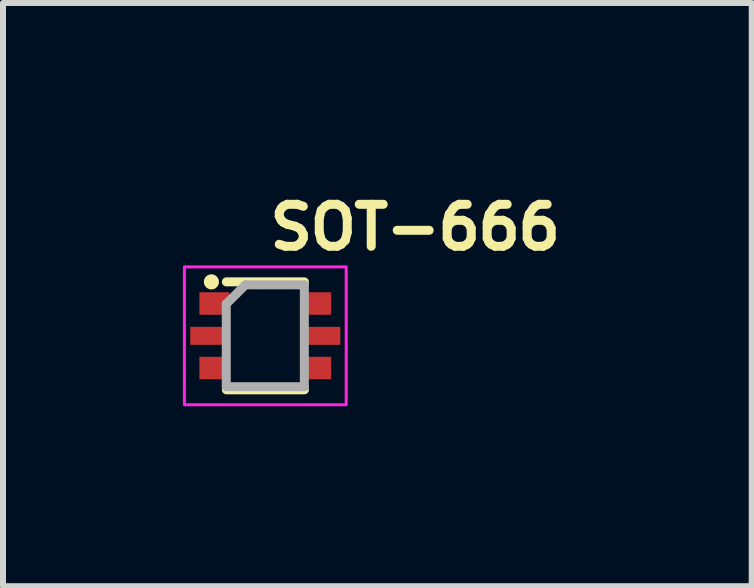
<source format=kicad_pcb>
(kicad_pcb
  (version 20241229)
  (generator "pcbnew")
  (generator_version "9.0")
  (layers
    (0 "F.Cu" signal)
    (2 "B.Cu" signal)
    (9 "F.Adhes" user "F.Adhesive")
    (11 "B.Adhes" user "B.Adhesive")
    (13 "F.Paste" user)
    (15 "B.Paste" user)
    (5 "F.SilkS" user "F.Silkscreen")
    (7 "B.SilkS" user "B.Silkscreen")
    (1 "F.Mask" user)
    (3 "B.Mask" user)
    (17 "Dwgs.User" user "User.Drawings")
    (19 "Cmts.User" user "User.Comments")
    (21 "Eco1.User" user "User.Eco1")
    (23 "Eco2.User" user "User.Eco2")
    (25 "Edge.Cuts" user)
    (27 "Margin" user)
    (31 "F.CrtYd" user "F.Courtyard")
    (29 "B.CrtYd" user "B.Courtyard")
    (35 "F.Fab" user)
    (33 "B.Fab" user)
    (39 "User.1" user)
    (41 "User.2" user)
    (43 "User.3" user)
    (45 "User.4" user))
  (footprint "SOT-666"
    (layer "F.Cu")
    (at 1.375 2.55)
    (property "Reference" "SOT-666" (at 0 -1.4 0) (layer "F.SilkS") (effects (font (size 0.7 0.7) (thickness 0.15)) (justify left bottom)))
    (attr smd)
    (fp_line (start -0.65 0.9) (end 0.65 0.9) (stroke (width 0.15) (type solid)) (layer "F.SilkS"))
    (fp_line (start 0.65 -0.9) (end -0.65 -0.9) (stroke (width 0.15) (type solid)) (layer "F.SilkS"))
    (fp_circle (center -0.9 -0.9) (end -0.849 -0.9) (stroke (width 0.15) (type solid)) (fill yes) (layer "F.SilkS"))
    (fp_rect (start -1.35 -1.15) (end 1.348 1.15) (stroke (width 0.05) (type solid)) (fill no) (layer "F.CrtYd"))
    (fp_line (start -0.652 -0.532) (end -0.652 0.848) (stroke (width 0.15) (type solid)) (layer "F.Fab"))
    (fp_line (start -0.652 -0.532) (end -0.332 -0.85) (stroke (width 0.15) (type solid)) (layer "F.Fab"))
    (fp_line (start 0.65 -0.85) (end -0.332 -0.85) (stroke (width 0.15) (type solid)) (layer "F.Fab"))
    (fp_line (start 0.65 -0.85) (end 0.65 0.848) (stroke (width 0.15) (type solid)) (layer "F.Fab"))
    (fp_line (start 0.65 0.848) (end -0.652 0.848) (stroke (width 0.15) (type solid)) (layer "F.Fab"))
    (fp_rect (start -0.85 -0.851) (end 0.848 0.849) (stroke (width 0.1) (type solid)) (fill no) (layer "User.5"))
    (fp_line (start -0.85 -0.62) (end -0.85 -0.38) (stroke (width 0.02) (type solid)) (layer "User.9"))
    (fp_line (start -0.85 -0.38) (end -0.75 -0.38) (stroke (width 0.02) (type solid)) (layer "User.9"))
    (fp_line (start -0.85 -0.12) (end -0.85 0.119) (stroke (width 0.02) (type solid)) (layer "User.9"))
    (fp_line (start -0.85 0.119) (end -0.75 0.119) (stroke (width 0.02) (type solid)) (layer "User.9"))
    (fp_line (start -0.85 0.378) (end -0.85 0.618) (stroke (width 0.02) (type solid)) (layer "User.9"))
    (fp_line (start -0.85 0.618) (end -0.75 0.618) (stroke (width 0.02) (type solid)) (layer "User.9"))
    (fp_line (start -0.75 -0.62) (end -0.85 -0.62) (stroke (width 0.02) (type solid)) (layer "User.9"))
    (fp_line (start -0.75 -0.38) (end -0.748 -0.38) (stroke (width 0.02) (type solid)) (layer "User.9"))
    (fp_line (start -0.75 -0.12) (end -0.85 -0.12) (stroke (width 0.02) (type solid)) (layer "User.9"))
    (fp_line (start -0.75 0.119) (end -0.748 0.119) (stroke (width 0.02) (type solid)) (layer "User.9"))
    (fp_line (start -0.75 0.378) (end -0.85 0.378) (stroke (width 0.02) (type solid)) (layer "User.9"))
    (fp_line (start -0.75 0.618) (end -0.748 0.619) (stroke (width 0.02) (type solid)) (layer "User.9"))
    (fp_line (start -0.748 -0.621) (end -0.75 -0.62) (stroke (width 0.02) (type solid)) (layer "User.9"))
    (fp_line (start -0.748 -0.38) (end -0.746 -0.38) (stroke (width 0.02) (type solid)) (layer "User.9"))
    (fp_line (start -0.748 -0.121) (end -0.75 -0.12) (stroke (width 0.02) (type solid)) (layer "User.9"))
    (fp_line (start -0.748 0.119) (end -0.746 0.119) (stroke (width 0.02) (type solid)) (layer "User.9"))
    (fp_line (start -0.748 0.378) (end -0.75 0.378) (stroke (width 0.02) (type solid)) (layer "User.9"))
    (fp_line (start -0.748 0.619) (end -0.746 0.619) (stroke (width 0.02) (type solid)) (layer "User.9"))
    (fp_line (start -0.746 -0.621) (end -0.748 -0.621) (stroke (width 0.02) (type solid)) (layer "User.9"))
    (fp_line (start -0.746 -0.38) (end -0.743 -0.38) (stroke (width 0.02) (type solid)) (layer "User.9"))
    (fp_line (start -0.746 -0.121) (end -0.748 -0.121) (stroke (width 0.02) (type solid)) (layer "User.9"))
    (fp_line (start -0.746 0.119) (end -0.743 0.119) (stroke (width 0.02) (type solid)) (layer "User.9"))
    (fp_line (start -0.746 0.378) (end -0.748 0.378) (stroke (width 0.02) (type solid)) (layer "User.9"))
    (fp_line (start -0.746 0.619) (end -0.743 0.619) (stroke (width 0.02) (type solid)) (layer "User.9"))
    (fp_line (start -0.743 -0.621) (end -0.746 -0.621) (stroke (width 0.02) (type solid)) (layer "User.9"))
    (fp_line (start -0.743 -0.38) (end -0.741 -0.38) (stroke (width 0.02) (type solid)) (layer "User.9"))
    (fp_line (start -0.743 -0.121) (end -0.746 -0.121) (stroke (width 0.02) (type solid)) (layer "User.9"))
    (fp_line (start -0.743 0.119) (end -0.741 0.119) (stroke (width 0.02) (type solid)) (layer "User.9"))
    (fp_line (start -0.743 0.378) (end -0.746 0.378) (stroke (width 0.02) (type solid)) (layer "User.9"))
    (fp_line (start -0.743 0.619) (end -0.741 0.619) (stroke (width 0.02) (type solid)) (layer "User.9"))
    (fp_line (start -0.741 -0.621) (end -0.743 -0.621) (stroke (width 0.02) (type solid)) (layer "User.9"))
    (fp_line (start -0.741 -0.38) (end -0.739 -0.379) (stroke (width 0.02) (type solid)) (layer "User.9"))
    (fp_line (start -0.741 -0.121) (end -0.743 -0.121) (stroke (width 0.02) (type solid)) (layer "User.9"))
    (fp_line (start -0.741 0.119) (end -0.739 0.12) (stroke (width 0.02) (type solid)) (layer "User.9"))
    (fp_line (start -0.741 0.378) (end -0.743 0.378) (stroke (width 0.02) (type solid)) (layer "User.9"))
    (fp_line (start -0.741 0.619) (end -0.739 0.62) (stroke (width 0.02) (type solid)) (layer "User.9"))
    (fp_line (start -0.739 -0.622) (end -0.741 -0.621) (stroke (width 0.02) (type solid)) (layer "User.9"))
    (fp_line (start -0.739 -0.379) (end -0.736 -0.378) (stroke (width 0.02) (type solid)) (layer "User.9"))
    (fp_line (start -0.739 -0.122) (end -0.741 -0.121) (stroke (width 0.02) (type solid)) (layer "User.9"))
    (fp_line (start -0.739 0.12) (end -0.736 0.121) (stroke (width 0.02) (type solid)) (layer "User.9"))
    (fp_line (start -0.739 0.377) (end -0.741 0.378) (stroke (width 0.02) (type solid)) (layer "User.9"))
    (fp_line (start -0.739 0.62) (end -0.736 0.621) (stroke (width 0.02) (type solid)) (layer "User.9"))
    (fp_line (start -0.736 -0.623) (end -0.739 -0.622) (stroke (width 0.02) (type solid)) (layer "User.9"))
    (fp_line (start -0.736 -0.378) (end -0.734 -0.377) (stroke (width 0.02) (type solid)) (layer "User.9"))
    (fp_line (start -0.736 -0.123) (end -0.739 -0.122) (stroke (width 0.02) (type solid)) (layer "User.9"))
    (fp_line (start -0.736 0.121) (end -0.734 0.122) (stroke (width 0.02) (type solid)) (layer "User.9"))
    (fp_line (start -0.736 0.376) (end -0.739 0.377) (stroke (width 0.02) (type solid)) (layer "User.9"))
    (fp_line (start -0.736 0.621) (end -0.734 0.622) (stroke (width 0.02) (type solid)) (layer "User.9"))
    (fp_line (start -0.734 -0.624) (end -0.736 -0.623) (stroke (width 0.02) (type solid)) (layer "User.9"))
    (fp_line (start -0.734 -0.377) (end -0.732 -0.377) (stroke (width 0.02) (type solid)) (layer "User.9"))
    (fp_line (start -0.734 -0.124) (end -0.736 -0.123) (stroke (width 0.02) (type solid)) (layer "User.9"))
    (fp_line (start -0.734 0.122) (end -0.732 0.122) (stroke (width 0.02) (type solid)) (layer "User.9"))
    (fp_line (start -0.734 0.375) (end -0.736 0.376) (stroke (width 0.02) (type solid)) (layer "User.9"))
    (fp_line (start -0.734 0.622) (end -0.732 0.622) (stroke (width 0.02) (type solid)) (layer "User.9"))
    (fp_line (start -0.732 -0.624) (end -0.734 -0.624) (stroke (width 0.02) (type solid)) (layer "User.9"))
    (fp_line (start -0.732 -0.377) (end -0.73 -0.376) (stroke (width 0.02) (type solid)) (layer "User.9"))
    (fp_line (start -0.732 -0.124) (end -0.734 -0.124) (stroke (width 0.02) (type solid)) (layer "User.9"))
    (fp_line (start -0.732 0.122) (end -0.73 0.123) (stroke (width 0.02) (type solid)) (layer "User.9"))
    (fp_line (start -0.732 0.375) (end -0.734 0.375) (stroke (width 0.02) (type solid)) (layer "User.9"))
    (fp_line (start -0.732 0.622) (end -0.73 0.623) (stroke (width 0.02) (type solid)) (layer "User.9"))
    (fp_line (start -0.73 -0.625) (end -0.732 -0.624) (stroke (width 0.02) (type solid)) (layer "User.9"))
    (fp_line (start -0.73 -0.376) (end -0.728 -0.374) (stroke (width 0.02) (type solid)) (layer "User.9"))
    (fp_line (start -0.73 -0.125) (end -0.732 -0.124) (stroke (width 0.02) (type solid)) (layer "User.9"))
    (fp_line (start -0.73 0.123) (end -0.728 0.125) (stroke (width 0.02) (type solid)) (layer "User.9"))
    (fp_line (start -0.73 0.374) (end -0.732 0.375) (stroke (width 0.02) (type solid)) (layer "User.9"))
    (fp_line (start -0.73 0.623) (end -0.728 0.625) (stroke (width 0.02) (type solid)) (layer "User.9"))
    (fp_line (start -0.728 -0.627) (end -0.73 -0.625) (stroke (width 0.02) (type solid)) (layer "User.9"))
    (fp_line (start -0.728 -0.374) (end -0.726 -0.373) (stroke (width 0.02) (type solid)) (layer "User.9"))
    (fp_line (start -0.728 -0.127) (end -0.73 -0.125) (stroke (width 0.02) (type solid)) (layer "User.9"))
    (fp_line (start -0.728 0.125) (end -0.726 0.126) (stroke (width 0.02) (type solid)) (layer "User.9"))
    (fp_line (start -0.728 0.372) (end -0.73 0.374) (stroke (width 0.02) (type solid)) (layer "User.9"))
    (fp_line (start -0.728 0.625) (end -0.726 0.626) (stroke (width 0.02) (type solid)) (layer "User.9"))
    (fp_line (start -0.726 -0.628) (end -0.728 -0.627) (stroke (width 0.02) (type solid)) (layer "User.9"))
    (fp_line (start -0.726 -0.373) (end -0.724 -0.372) (stroke (width 0.02) (type solid)) (layer "User.9"))
    (fp_line (start -0.726 -0.128) (end -0.728 -0.127) (stroke (width 0.02) (type solid)) (layer "User.9"))
    (fp_line (start -0.726 0.126) (end -0.724 0.128) (stroke (width 0.02) (type solid)) (layer "User.9"))
    (fp_line (start -0.726 0.371) (end -0.728 0.372) (stroke (width 0.02) (type solid)) (layer "User.9"))
    (fp_line (start -0.726 0.626) (end -0.724 0.627) (stroke (width 0.02) (type solid)) (layer "User.9"))
    (fp_line (start -0.724 -0.629) (end -0.726 -0.628) (stroke (width 0.02) (type solid)) (layer "User.9"))
    (fp_line (start -0.724 -0.372) (end -0.722 -0.37) (stroke (width 0.02) (type solid)) (layer "User.9"))
    (fp_line (start -0.724 -0.13) (end -0.726 -0.128) (stroke (width 0.02) (type solid)) (layer "User.9"))
    (fp_line (start -0.724 0.128) (end -0.722 0.13) (stroke (width 0.02) (type solid)) (layer "User.9"))
    (fp_line (start -0.724 0.37) (end -0.726 0.371) (stroke (width 0.02) (type solid)) (layer "User.9"))
    (fp_line (start -0.724 0.627) (end -0.722 0.629) (stroke (width 0.02) (type solid)) (layer "User.9"))
    (fp_line (start -0.722 -0.631) (end -0.724 -0.629) (stroke (width 0.02) (type solid)) (layer "User.9"))
    (fp_line (start -0.722 -0.37) (end -0.72 -0.369) (stroke (width 0.02) (type solid)) (layer "User.9"))
    (fp_line (start -0.722 -0.132) (end -0.724 -0.13) (stroke (width 0.02) (type solid)) (layer "User.9"))
    (fp_line (start -0.722 0.13) (end -0.72 0.131) (stroke (width 0.02) (type solid)) (layer "User.9"))
    (fp_line (start -0.722 0.368) (end -0.724 0.37) (stroke (width 0.02) (type solid)) (layer "User.9"))
    (fp_line (start -0.722 0.629) (end -0.72 0.63) (stroke (width 0.02) (type solid)) (layer "User.9"))
    (fp_line (start -0.72 -0.632) (end -0.722 -0.631) (stroke (width 0.02) (type solid)) (layer "User.9"))
    (fp_line (start -0.72 -0.369) (end -0.718 -0.367) (stroke (width 0.02) (type solid)) (layer "User.9"))
    (fp_line (start -0.72 -0.133) (end -0.722 -0.132) (stroke (width 0.02) (type solid)) (layer "User.9"))
    (fp_line (start -0.72 0.131) (end -0.718 0.133) (stroke (width 0.02) (type solid)) (layer "User.9"))
    (fp_line (start -0.72 0.367) (end -0.722 0.368) (stroke (width 0.02) (type solid)) (layer "User.9"))
    (fp_line (start -0.72 0.63) (end -0.718 0.632) (stroke (width 0.02) (type solid)) (layer "User.9"))
    (fp_line (start -0.718 -0.634) (end -0.72 -0.632) (stroke (width 0.02) (type solid)) (layer "User.9"))
    (fp_line (start -0.718 -0.367) (end -0.717 -0.366) (stroke (width 0.02) (type solid)) (layer "User.9"))
    (fp_line (start -0.718 -0.135) (end -0.72 -0.133) (stroke (width 0.02) (type solid)) (layer "User.9"))
    (fp_line (start -0.718 0.133) (end -0.717 0.134) (stroke (width 0.02) (type solid)) (layer "User.9"))
    (fp_line (start -0.718 0.365) (end -0.72 0.367) (stroke (width 0.02) (type solid)) (layer "User.9"))
    (fp_line (start -0.718 0.632) (end -0.717 0.633) (stroke (width 0.02) (type solid)) (layer "User.9"))
    (fp_line (start -0.717 -0.635) (end -0.718 -0.634) (stroke (width 0.02) (type solid)) (layer "User.9"))
    (fp_line (start -0.717 -0.635) (end -0.717 -0.635) (stroke (width 0.02) (type solid)) (layer "User.9"))
    (fp_line (start -0.717 -0.366) (end -0.717 -0.366) (stroke (width 0.02) (type solid)) (layer "User.9"))
    (fp_line (start -0.717 -0.366) (end -0.715 -0.364) (stroke (width 0.02) (type solid)) (layer "User.9"))
    (fp_line (start -0.717 -0.136) (end -0.718 -0.135) (stroke (width 0.02) (type solid)) (layer "User.9"))
    (fp_line (start -0.717 -0.136) (end -0.717 -0.136) (stroke (width 0.02) (type solid)) (layer "User.9"))
    (fp_line (start -0.717 0.134) (end -0.717 0.134) (stroke (width 0.02) (type solid)) (layer "User.9"))
    (fp_line (start -0.717 0.134) (end -0.715 0.136) (stroke (width 0.02) (type solid)) (layer "User.9"))
    (fp_line (start -0.717 0.364) (end -0.718 0.365) (stroke (width 0.02) (type solid)) (layer "User.9"))
    (fp_line (start -0.717 0.364) (end -0.717 0.364) (stroke (width 0.02) (type solid)) (layer "User.9"))
    (fp_line (start -0.717 0.633) (end -0.717 0.633) (stroke (width 0.02) (type solid)) (layer "User.9"))
    (fp_line (start -0.717 0.633) (end -0.715 0.635) (stroke (width 0.02) (type solid)) (layer "User.9"))
    (fp_line (start -0.715 -0.637) (end -0.717 -0.635) (stroke (width 0.02) (type solid)) (layer "User.9"))
    (fp_line (start -0.715 -0.364) (end -0.714 -0.362) (stroke (width 0.02) (type solid)) (layer "User.9"))
    (fp_line (start -0.715 -0.138) (end -0.717 -0.136) (stroke (width 0.02) (type solid)) (layer "User.9"))
    (fp_line (start -0.715 0.136) (end -0.714 0.138) (stroke (width 0.02) (type solid)) (layer "User.9"))
    (fp_line (start -0.715 0.362) (end -0.717 0.364) (stroke (width 0.02) (type solid)) (layer "User.9"))
    (fp_line (start -0.715 0.635) (end -0.714 0.637) (stroke (width 0.02) (type solid)) (layer "User.9"))
    (fp_line (start -0.714 -0.639) (end -0.715 -0.637) (stroke (width 0.02) (type solid)) (layer "User.9"))
    (fp_line (start -0.714 -0.362) (end -0.712 -0.36) (stroke (width 0.02) (type solid)) (layer "User.9"))
    (fp_line (start -0.714 -0.14) (end -0.715 -0.138) (stroke (width 0.02) (type solid)) (layer "User.9"))
    (fp_line (start -0.714 0.138) (end -0.712 0.14) (stroke (width 0.02) (type solid)) (layer "User.9"))
    (fp_line (start -0.714 0.36) (end -0.715 0.362) (stroke (width 0.02) (type solid)) (layer "User.9"))
    (fp_line (start -0.714 0.637) (end -0.712 0.64) (stroke (width 0.02) (type solid)) (layer "User.9"))
    (fp_line (start -0.712 -0.642) (end -0.714 -0.639) (stroke (width 0.02) (type solid)) (layer "User.9"))
    (fp_line (start -0.712 -0.36) (end -0.711 -0.358) (stroke (width 0.02) (type solid)) (layer "User.9"))
    (fp_line (start -0.712 -0.142) (end -0.714 -0.14) (stroke (width 0.02) (type solid)) (layer "User.9"))
    (fp_line (start -0.712 0.14) (end -0.711 0.142) (stroke (width 0.02) (type solid)) (layer "User.9"))
    (fp_line (start -0.712 0.358) (end -0.714 0.36) (stroke (width 0.02) (type solid)) (layer "User.9"))
    (fp_line (start -0.712 0.64) (end -0.711 0.642) (stroke (width 0.02) (type solid)) (layer "User.9"))
    (fp_line (start -0.711 -0.644) (end -0.712 -0.642) (stroke (width 0.02) (type solid)) (layer "User.9"))
    (fp_line (start -0.711 -0.358) (end -0.71 -0.356) (stroke (width 0.02) (type solid)) (layer "User.9"))
    (fp_line (start -0.711 -0.144) (end -0.712 -0.142) (stroke (width 0.02) (type solid)) (layer "User.9"))
    (fp_line (start -0.711 0.142) (end -0.71 0.144) (stroke (width 0.02) (type solid)) (layer "User.9"))
    (fp_line (start -0.711 0.356) (end -0.712 0.358) (stroke (width 0.02) (type solid)) (layer "User.9"))
    (fp_line (start -0.711 0.642) (end -0.71 0.644) (stroke (width 0.02) (type solid)) (layer "User.9"))
    (fp_line (start -0.71 -0.646) (end -0.711 -0.644) (stroke (width 0.02) (type solid)) (layer "User.9"))
    (fp_line (start -0.71 -0.356) (end -0.709 -0.354) (stroke (width 0.02) (type solid)) (layer "User.9"))
    (fp_line (start -0.71 -0.145) (end -0.711 -0.144) (stroke (width 0.02) (type solid)) (layer "User.9"))
    (fp_line (start -0.71 0.144) (end -0.709 0.145) (stroke (width 0.02) (type solid)) (layer "User.9"))
    (fp_line (start -0.71 0.354) (end -0.711 0.356) (stroke (width 0.02) (type solid)) (layer "User.9"))
    (fp_line (start -0.71 0.644) (end -0.709 0.646) (stroke (width 0.02) (type solid)) (layer "User.9"))
    (fp_line (start -0.709 -0.648) (end -0.71 -0.646) (stroke (width 0.02) (type solid)) (layer "User.9"))
    (fp_line (start -0.709 -0.354) (end -0.708 -0.352) (stroke (width 0.02) (type solid)) (layer "User.9"))
    (fp_line (start -0.709 -0.147) (end -0.71 -0.145) (stroke (width 0.02) (type solid)) (layer "User.9"))
    (fp_line (start -0.709 0.145) (end -0.708 0.148) (stroke (width 0.02) (type solid)) (layer "User.9"))
    (fp_line (start -0.709 0.352) (end -0.71 0.354) (stroke (width 0.02) (type solid)) (layer "User.9"))
    (fp_line (start -0.709 0.646) (end -0.708 0.649) (stroke (width 0.02) (type solid)) (layer "User.9"))
    (fp_line (start -0.708 -0.651) (end -0.709 -0.648) (stroke (width 0.02) (type solid)) (layer "User.9"))
    (fp_line (start -0.708 -0.352) (end -0.707 -0.35) (stroke (width 0.02) (type solid)) (layer "User.9"))
    (fp_line (start -0.708 -0.15) (end -0.709 -0.147) (stroke (width 0.02) (type solid)) (layer "User.9"))
    (fp_line (start -0.708 0.148) (end -0.707 0.15) (stroke (width 0.02) (type solid)) (layer "User.9"))
    (fp_line (start -0.708 0.35) (end -0.709 0.352) (stroke (width 0.02) (type solid)) (layer "User.9"))
    (fp_line (start -0.708 0.649) (end -0.707 0.651) (stroke (width 0.02) (type solid)) (layer "User.9"))
    (fp_line (start -0.707 -0.653) (end -0.708 -0.651) (stroke (width 0.02) (type solid)) (layer "User.9"))
    (fp_line (start -0.707 -0.35) (end -0.706 -0.348) (stroke (width 0.02) (type solid)) (layer "User.9"))
    (fp_line (start -0.707 -0.152) (end -0.708 -0.15) (stroke (width 0.02) (type solid)) (layer "User.9"))
    (fp_line (start -0.707 0.15) (end -0.706 0.152) (stroke (width 0.02) (type solid)) (layer "User.9"))
    (fp_line (start -0.707 0.348) (end -0.708 0.35) (stroke (width 0.02) (type solid)) (layer "User.9"))
    (fp_line (start -0.707 0.651) (end -0.706 0.653) (stroke (width 0.02) (type solid)) (layer "User.9"))
    (fp_line (start -0.706 -0.657) (end -0.706 -0.655) (stroke (width 0.02) (type solid)) (layer "User.9"))
    (fp_line (start -0.706 -0.655) (end -0.707 -0.653) (stroke (width 0.02) (type solid)) (layer "User.9"))
    (fp_line (start -0.706 -0.348) (end -0.706 -0.346) (stroke (width 0.02) (type solid)) (layer "User.9"))
    (fp_line (start -0.706 -0.346) (end -0.705 -0.343) (stroke (width 0.02) (type solid)) (layer "User.9"))
    (fp_line (start -0.706 -0.156) (end -0.706 -0.154) (stroke (width 0.02) (type solid)) (layer "User.9"))
    (fp_line (start -0.706 -0.154) (end -0.707 -0.152) (stroke (width 0.02) (type solid)) (layer "User.9"))
    (fp_line (start -0.706 0.152) (end -0.706 0.154) (stroke (width 0.02) (type solid)) (layer "User.9"))
    (fp_line (start -0.706 0.154) (end -0.705 0.157) (stroke (width 0.02) (type solid)) (layer "User.9"))
    (fp_line (start -0.706 0.344) (end -0.706 0.346) (stroke (width 0.02) (type solid)) (layer "User.9"))
    (fp_line (start -0.706 0.346) (end -0.707 0.348) (stroke (width 0.02) (type solid)) (layer "User.9"))
    (fp_line (start -0.706 0.653) (end -0.706 0.655) (stroke (width 0.02) (type solid)) (layer "User.9"))
    (fp_line (start -0.706 0.655) (end -0.705 0.658) (stroke (width 0.02) (type solid)) (layer "User.9"))
    (fp_line (start -0.705 -0.672) (end -0.705 -0.669) (stroke (width 0.02) (type solid)) (layer "User.9"))
    (fp_line (start -0.705 -0.669) (end -0.705 -0.667) (stroke (width 0.02) (type solid)) (layer "User.9"))
    (fp_line (start -0.705 -0.667) (end -0.705 -0.664) (stroke (width 0.02) (type solid)) (layer "User.9"))
    (fp_line (start -0.705 -0.664) (end -0.705 -0.662) (stroke (width 0.02) (type solid)) (layer "User.9"))
    (fp_line (start -0.705 -0.662) (end -0.705 -0.66) (stroke (width 0.02) (type solid)) (layer "User.9"))
    (fp_line (start -0.705 -0.66) (end -0.706 -0.657) (stroke (width 0.02) (type solid)) (layer "User.9"))
    (fp_line (start -0.705 -0.343) (end -0.705 -0.341) (stroke (width 0.02) (type solid)) (layer "User.9"))
    (fp_line (start -0.705 -0.341) (end -0.705 -0.339) (stroke (width 0.02) (type solid)) (layer "User.9"))
    (fp_line (start -0.705 -0.339) (end -0.705 -0.336) (stroke (width 0.02) (type solid)) (layer "User.9"))
    (fp_line (start -0.705 -0.336) (end -0.705 -0.334) (stroke (width 0.02) (type solid)) (layer "User.9"))
    (fp_line (start -0.705 -0.334) (end -0.705 -0.332) (stroke (width 0.02) (type solid)) (layer "User.9"))
    (fp_line (start -0.705 -0.332) (end -0.652 -0.332) (stroke (width 0.02) (type solid)) (layer "User.9"))
    (fp_line (start -0.705 -0.172) (end -0.705 -0.169) (stroke (width 0.02) (type solid)) (layer "User.9"))
    (fp_line (start -0.705 -0.169) (end -0.705 -0.167) (stroke (width 0.02) (type solid)) (layer "User.9"))
    (fp_line (start -0.705 -0.167) (end -0.705 -0.164) (stroke (width 0.02) (type solid)) (layer "User.9"))
    (fp_line (start -0.705 -0.164) (end -0.705 -0.162) (stroke (width 0.02) (type solid)) (layer "User.9"))
    (fp_line (start -0.705 -0.162) (end -0.705 -0.159) (stroke (width 0.02) (type solid)) (layer "User.9"))
    (fp_line (start -0.705 -0.159) (end -0.706 -0.156) (stroke (width 0.02) (type solid)) (layer "User.9"))
    (fp_line (start -0.705 0.157) (end -0.705 0.16) (stroke (width 0.02) (type solid)) (layer "User.9"))
    (fp_line (start -0.705 0.16) (end -0.705 0.162) (stroke (width 0.02) (type solid)) (layer "User.9"))
    (fp_line (start -0.705 0.162) (end -0.705 0.165) (stroke (width 0.02) (type solid)) (layer "User.9"))
    (fp_line (start -0.705 0.165) (end -0.705 0.167) (stroke (width 0.02) (type solid)) (layer "User.9"))
    (fp_line (start -0.705 0.167) (end -0.705 0.17) (stroke (width 0.02) (type solid)) (layer "User.9"))
    (fp_line (start -0.705 0.17) (end -0.652 0.17) (stroke (width 0.02) (type solid)) (layer "User.9"))
    (fp_line (start -0.705 0.33) (end -0.705 0.332) (stroke (width 0.02) (type solid)) (layer "User.9"))
    (fp_line (start -0.705 0.332) (end -0.705 0.334) (stroke (width 0.02) (type solid)) (layer "User.9"))
    (fp_line (start -0.705 0.334) (end -0.705 0.337) (stroke (width 0.02) (type solid)) (layer "User.9"))
    (fp_line (start -0.705 0.337) (end -0.705 0.339) (stroke (width 0.02) (type solid)) (layer "User.9"))
    (fp_line (start -0.705 0.339) (end -0.705 0.341) (stroke (width 0.02) (type solid)) (layer "User.9"))
    (fp_line (start -0.705 0.341) (end -0.706 0.344) (stroke (width 0.02) (type solid)) (layer "User.9"))
    (fp_line (start -0.705 0.658) (end -0.705 0.66) (stroke (width 0.02) (type solid)) (layer "User.9"))
    (fp_line (start -0.705 0.66) (end -0.705 0.662) (stroke (width 0.02) (type solid)) (layer "User.9"))
    (fp_line (start -0.705 0.662) (end -0.705 0.665) (stroke (width 0.02) (type solid)) (layer "User.9"))
    (fp_line (start -0.705 0.665) (end -0.705 0.667) (stroke (width 0.02) (type solid)) (layer "User.9"))
    (fp_line (start -0.705 0.667) (end -0.705 0.67) (stroke (width 0.02) (type solid)) (layer "User.9"))
    (fp_line (start -0.705 0.67) (end -0.652 0.67) (stroke (width 0.02) (type solid)) (layer "User.9"))
    (fp_line (start -0.652 -0.833) (end -0.652 -0.833) (stroke (width 0.02) (type solid)) (layer "User.9"))
    (fp_line (start -0.652 -0.833) (end -0.651 -0.833) (stroke (width 0.02) (type solid)) (layer "User.9"))
    (fp_line (start -0.652 -0.832) (end -0.652 -0.833) (stroke (width 0.02) (type solid)) (layer "User.9"))
    (fp_line (start -0.652 -0.832) (end -0.652 0.83) (stroke (width 0.02) (type solid)) (layer "User.9"))
    (fp_line (start -0.652 -0.672) (end -0.705 -0.672) (stroke (width 0.02) (type solid)) (layer "User.9"))
    (fp_line (start -0.652 -0.172) (end -0.705 -0.172) (stroke (width 0.02) (type solid)) (layer "User.9"))
    (fp_line (start -0.652 0.33) (end -0.705 0.33) (stroke (width 0.02) (type solid)) (layer "User.9"))
    (fp_line (start -0.652 0.83) (end -0.652 0.831) (stroke (width 0.02) (type solid)) (layer "User.9"))
    (fp_line (start -0.652 0.831) (end -0.652 0.832) (stroke (width 0.02) (type solid)) (layer "User.9"))
    (fp_line (start -0.652 0.832) (end -0.651 0.832) (stroke (width 0.02) (type solid)) (layer "User.9"))
    (fp_line (start -0.651 -0.837) (end -0.65 -0.838) (stroke (width 0.02) (type solid)) (layer "User.9"))
    (fp_line (start -0.651 -0.836) (end -0.651 -0.837) (stroke (width 0.02) (type solid)) (layer "User.9"))
    (fp_line (start -0.651 -0.835) (end -0.651 -0.836) (stroke (width 0.02) (type solid)) (layer "User.9"))
    (fp_line (start -0.651 -0.834) (end -0.651 -0.835) (stroke (width 0.02) (type solid)) (layer "User.9"))
    (fp_line (start -0.651 -0.833) (end -0.651 -0.834) (stroke (width 0.02) (type solid)) (layer "User.9"))
    (fp_line (start -0.651 0.832) (end -0.651 0.832) (stroke (width 0.02) (type solid)) (layer "User.9"))
    (fp_line (start -0.651 0.832) (end -0.651 0.833) (stroke (width 0.02) (type solid)) (layer "User.9"))
    (fp_line (start -0.651 0.833) (end -0.651 0.834) (stroke (width 0.02) (type solid)) (layer "User.9"))
    (fp_line (start -0.651 0.834) (end -0.651 0.835) (stroke (width 0.02) (type solid)) (layer "User.9"))
    (fp_line (start -0.651 0.835) (end -0.65 0.836) (stroke (width 0.02) (type solid)) (layer "User.9"))
    (fp_line (start -0.65 -0.839) (end -0.649 -0.84) (stroke (width 0.02) (type solid)) (layer "User.9"))
    (fp_line (start -0.65 -0.838) (end -0.65 -0.839) (stroke (width 0.02) (type solid)) (layer "User.9"))
    (fp_line (start -0.65 0.836) (end -0.65 0.837) (stroke (width 0.02) (type solid)) (layer "User.9"))
    (fp_line (start -0.65 0.837) (end -0.649 0.838) (stroke (width 0.02) (type solid)) (layer "User.9"))
    (fp_line (start -0.649 -0.841) (end -0.648 -0.842) (stroke (width 0.02) (type solid)) (layer "User.9"))
    (fp_line (start -0.649 -0.84) (end -0.649 -0.841) (stroke (width 0.02) (type solid)) (layer "User.9"))
    (fp_line (start -0.649 0.838) (end -0.649 0.839) (stroke (width 0.02) (type solid)) (layer "User.9"))
    (fp_line (start -0.649 0.839) (end -0.648 0.84) (stroke (width 0.02) (type solid)) (layer "User.9"))
    (fp_line (start -0.648 -0.842) (end -0.648 -0.842) (stroke (width 0.02) (type solid)) (layer "User.9"))
    (fp_line (start -0.648 -0.842) (end -0.647 -0.843) (stroke (width 0.02) (type solid)) (layer "User.9"))
    (fp_line (start -0.648 0.84) (end -0.648 0.84) (stroke (width 0.02) (type solid)) (layer "User.9"))
    (fp_line (start -0.648 0.84) (end -0.647 0.841) (stroke (width 0.02) (type solid)) (layer "User.9"))
    (fp_line (start -0.647 -0.843) (end -0.646 -0.844) (stroke (width 0.02) (type solid)) (layer "User.9"))
    (fp_line (start -0.647 0.841) (end -0.646 0.842) (stroke (width 0.02) (type solid)) (layer "User.9"))
    (fp_line (start -0.646 -0.845) (end -0.645 -0.845) (stroke (width 0.02) (type solid)) (layer "User.9"))
    (fp_line (start -0.646 -0.844) (end -0.646 -0.845) (stroke (width 0.02) (type solid)) (layer "User.9"))
    (fp_line (start -0.646 0.842) (end -0.646 0.843) (stroke (width 0.02) (type solid)) (layer "User.9"))
    (fp_line (start -0.646 0.843) (end -0.645 0.843) (stroke (width 0.02) (type solid)) (layer "User.9"))
    (fp_line (start -0.645 -0.845) (end -0.644 -0.846) (stroke (width 0.02) (type solid)) (layer "User.9"))
    (fp_line (start -0.645 0.843) (end -0.644 0.844) (stroke (width 0.02) (type solid)) (layer "User.9"))
    (fp_line (start -0.644 -0.846) (end -0.643 -0.847) (stroke (width 0.02) (type solid)) (layer "User.9"))
    (fp_line (start -0.644 0.844) (end -0.643 0.845) (stroke (width 0.02) (type solid)) (layer "User.9"))
    (fp_line (start -0.643 -0.847) (end -0.643 -0.847) (stroke (width 0.02) (type solid)) (layer "User.9"))
    (fp_line (start -0.643 -0.847) (end -0.642 -0.848) (stroke (width 0.02) (type solid)) (layer "User.9"))
    (fp_line (start -0.643 0.845) (end -0.643 0.845) (stroke (width 0.02) (type solid)) (layer "User.9"))
    (fp_line (start -0.643 0.845) (end -0.642 0.846) (stroke (width 0.02) (type solid)) (layer "User.9"))
    (fp_line (start -0.642 -0.848) (end -0.64 -0.848) (stroke (width 0.02) (type solid)) (layer "User.9"))
    (fp_line (start -0.642 0.846) (end -0.64 0.846) (stroke (width 0.02) (type solid)) (layer "User.9"))
    (fp_line (start -0.64 -0.848) (end -0.639 -0.849) (stroke (width 0.02) (type solid)) (layer "User.9"))
    (fp_line (start -0.64 0.846) (end -0.639 0.847) (stroke (width 0.02) (type solid)) (layer "User.9"))
    (fp_line (start -0.639 -0.849) (end -0.638 -0.849) (stroke (width 0.02) (type solid)) (layer "User.9"))
    (fp_line (start -0.639 0.847) (end -0.638 0.847) (stroke (width 0.02) (type solid)) (layer "User.9"))
    (fp_line (start -0.638 -0.849) (end -0.637 -0.85) (stroke (width 0.02) (type solid)) (layer "User.9"))
    (fp_line (start -0.638 0.847) (end -0.637 0.848) (stroke (width 0.02) (type solid)) (layer "User.9"))
    (fp_line (start -0.637 -0.85) (end -0.636 -0.85) (stroke (width 0.02) (type solid)) (layer "User.9"))
    (fp_line (start -0.637 0.848) (end -0.636 0.848) (stroke (width 0.02) (type solid)) (layer "User.9"))
    (fp_line (start -0.636 -0.85) (end -0.635 -0.85) (stroke (width 0.02) (type solid)) (layer "User.9"))
    (fp_line (start -0.636 0.848) (end -0.635 0.848) (stroke (width 0.02) (type solid)) (layer "User.9"))
    (fp_line (start -0.635 -0.85) (end -0.634 -0.85) (stroke (width 0.02) (type solid)) (layer "User.9"))
    (fp_line (start -0.635 0.848) (end -0.634 0.848) (stroke (width 0.02) (type solid)) (layer "User.9"))
    (fp_line (start -0.634 -0.85) (end -0.633 -0.85) (stroke (width 0.02) (type solid)) (layer "User.9"))
    (fp_line (start -0.634 0.848) (end -0.633 0.848) (stroke (width 0.02) (type solid)) (layer "User.9"))
    (fp_line (start -0.633 -0.851) (end -0.632 -0.851) (stroke (width 0.02) (type solid)) (layer "User.9"))
    (fp_line (start -0.633 -0.85) (end -0.633 -0.851) (stroke (width 0.02) (type solid)) (layer "User.9"))
    (fp_line (start -0.633 0.848) (end -0.633 0.849) (stroke (width 0.02) (type solid)) (layer "User.9"))
    (fp_line (start -0.633 0.849) (end -0.632 0.849) (stroke (width 0.02) (type solid)) (layer "User.9"))
    (fp_line (start -0.632 -0.851) (end -0.631 -0.85) (stroke (width 0.02) (type solid)) (layer "User.9"))
    (fp_line (start -0.632 0.849) (end -0.631 0.848) (stroke (width 0.02) (type solid)) (layer "User.9"))
    (fp_line (start -0.631 0.848) (end 0.629 0.848) (stroke (width 0.02) (type solid)) (layer "User.9"))
    (fp_line (start -0.601 -0.786) (end -0.601 -0.785) (stroke (width 0.02) (type solid)) (layer "User.9"))
    (fp_line (start -0.601 -0.785) (end -0.601 -0.784) (stroke (width 0.02) (type solid)) (layer "User.9"))
    (fp_line (start -0.601 -0.784) (end -0.601 -0.783) (stroke (width 0.02) (type solid)) (layer "User.9"))
    (fp_line (start -0.601 -0.783) (end -0.601 -0.782) (stroke (width 0.02) (type solid)) (layer "User.9"))
    (fp_line (start -0.601 -0.782) (end -0.601 -0.781) (stroke (width 0.02) (type solid)) (layer "User.9"))
    (fp_line (start -0.601 -0.781) (end -0.601 -0.78) (stroke (width 0.02) (type solid)) (layer "User.9"))
    (fp_line (start -0.601 -0.78) (end -0.601 -0.779) (stroke (width 0.02) (type solid)) (layer "User.9"))
    (fp_line (start -0.601 -0.779) (end -0.601 -0.778) (stroke (width 0.02) (type solid)) (layer "User.9"))
    (fp_line (start -0.601 -0.778) (end -0.601 -0.777) (stroke (width 0.02) (type solid)) (layer "User.9"))
    (fp_line (start -0.601 -0.777) (end -0.6 -0.776) (stroke (width 0.02) (type solid)) (layer "User.9"))
    (fp_line (start -0.601 0.775) (end -0.601 0.776) (stroke (width 0.02) (type solid)) (layer "User.9"))
    (fp_line (start -0.601 0.776) (end -0.601 0.777) (stroke (width 0.02) (type solid)) (layer "User.9"))
    (fp_line (start -0.601 0.777) (end -0.601 0.778) (stroke (width 0.02) (type solid)) (layer "User.9"))
    (fp_line (start -0.601 0.778) (end -0.601 0.779) (stroke (width 0.02) (type solid)) (layer "User.9"))
    (fp_line (start -0.601 0.779) (end -0.601 0.78) (stroke (width 0.02) (type solid)) (layer "User.9"))
    (fp_line (start -0.601 0.78) (end -0.601 0.781) (stroke (width 0.02) (type solid)) (layer "User.9"))
    (fp_line (start -0.601 0.781) (end -0.601 0.782) (stroke (width 0.02) (type solid)) (layer "User.9"))
    (fp_line (start -0.601 0.782) (end -0.601 0.783) (stroke (width 0.02) (type solid)) (layer "User.9"))
    (fp_line (start -0.601 0.783) (end -0.601 0.784) (stroke (width 0.02) (type solid)) (layer "User.9"))
    (fp_line (start -0.601 0.784) (end -0.6 0.785) (stroke (width 0.02) (type solid)) (layer "User.9"))
    (fp_line (start -0.6 -0.79) (end -0.6 -0.789) (stroke (width 0.02) (type solid)) (layer "User.9"))
    (fp_line (start -0.6 -0.789) (end -0.6 -0.788) (stroke (width 0.02) (type solid)) (layer "User.9"))
    (fp_line (start -0.6 -0.788) (end -0.6 -0.787) (stroke (width 0.02) (type solid)) (layer "User.9"))
    (fp_line (start -0.6 -0.787) (end -0.601 -0.786) (stroke (width 0.02) (type solid)) (layer "User.9"))
    (fp_line (start -0.6 -0.776) (end -0.6 -0.776) (stroke (width 0.02) (type solid)) (layer "User.9"))
    (fp_line (start -0.6 -0.776) (end -0.6 -0.775) (stroke (width 0.02) (type solid)) (layer "User.9"))
    (fp_line (start -0.6 -0.775) (end -0.599 -0.774) (stroke (width 0.02) (type solid)) (layer "User.9"))
    (fp_line (start -0.6 0.773) (end -0.6 0.774) (stroke (width 0.02) (type solid)) (layer "User.9"))
    (fp_line (start -0.6 0.774) (end -0.601 0.775) (stroke (width 0.02) (type solid)) (layer "User.9"))
    (fp_line (start -0.6 0.774) (end -0.6 0.774) (stroke (width 0.02) (type solid)) (layer "User.9"))
    (fp_line (start -0.6 0.785) (end -0.6 0.786) (stroke (width 0.02) (type solid)) (layer "User.9"))
    (fp_line (start -0.6 0.786) (end -0.6 0.787) (stroke (width 0.02) (type solid)) (layer "User.9"))
    (fp_line (start -0.6 0.787) (end -0.6 0.788) (stroke (width 0.02) (type solid)) (layer "User.9"))
    (fp_line (start -0.6 0.788) (end -0.599 0.788) (stroke (width 0.02) (type solid)) (layer "User.9"))
    (fp_line (start -0.599 -0.791) (end -0.599 -0.79) (stroke (width 0.02) (type solid)) (layer "User.9"))
    (fp_line (start -0.599 -0.79) (end -0.6 -0.79) (stroke (width 0.02) (type solid)) (layer "User.9"))
    (fp_line (start -0.599 -0.774) (end -0.599 -0.773) (stroke (width 0.02) (type solid)) (layer "User.9"))
    (fp_line (start -0.599 -0.773) (end -0.598 -0.772) (stroke (width 0.02) (type solid)) (layer "User.9"))
    (fp_line (start -0.599 0.771) (end -0.599 0.772) (stroke (width 0.02) (type solid)) (layer "User.9"))
    (fp_line (start -0.599 0.772) (end -0.6 0.773) (stroke (width 0.02) (type solid)) (layer "User.9"))
    (fp_line (start -0.599 0.788) (end -0.599 0.789) (stroke (width 0.02) (type solid)) (layer "User.9"))
    (fp_line (start -0.599 0.789) (end -0.598 0.79) (stroke (width 0.02) (type solid)) (layer "User.9"))
    (fp_line (start -0.598 -0.793) (end -0.598 -0.792) (stroke (width 0.02) (type solid)) (layer "User.9"))
    (fp_line (start -0.598 -0.792) (end -0.599 -0.791) (stroke (width 0.02) (type solid)) (layer "User.9"))
    (fp_line (start -0.598 -0.772) (end -0.598 -0.771) (stroke (width 0.02) (type solid)) (layer "User.9"))
    (fp_line (start -0.598 -0.771) (end -0.597 -0.77) (stroke (width 0.02) (type solid)) (layer "User.9"))
    (fp_line (start -0.598 0.769) (end -0.598 0.77) (stroke (width 0.02) (type solid)) (layer "User.9"))
    (fp_line (start -0.598 0.77) (end -0.599 0.771) (stroke (width 0.02) (type solid)) (layer "User.9"))
    (fp_line (start -0.598 0.79) (end -0.598 0.791) (stroke (width 0.02) (type solid)) (layer "User.9"))
    (fp_line (start -0.598 0.791) (end -0.597 0.792) (stroke (width 0.02) (type solid)) (layer "User.9"))
    (fp_line (start -0.597 -0.795) (end -0.597 -0.794) (stroke (width 0.02) (type solid)) (layer "User.9"))
    (fp_line (start -0.597 -0.794) (end -0.598 -0.793) (stroke (width 0.02) (type solid)) (layer "User.9"))
    (fp_line (start -0.597 -0.77) (end -0.597 -0.77) (stroke (width 0.02) (type solid)) (layer "User.9"))
    (fp_line (start -0.597 -0.77) (end -0.596 -0.768) (stroke (width 0.02) (type solid)) (layer "User.9"))
    (fp_line (start -0.597 0.768) (end -0.598 0.769) (stroke (width 0.02) (type solid)) (layer "User.9"))
    (fp_line (start -0.597 0.768) (end -0.597 0.768) (stroke (width 0.02) (type solid)) (layer "User.9"))
    (fp_line (start -0.597 0.792) (end -0.597 0.793) (stroke (width 0.02) (type solid)) (layer "User.9"))
    (fp_line (start -0.597 0.793) (end -0.596 0.793) (stroke (width 0.02) (type solid)) (layer "User.9"))
    (fp_line (start -0.596 -0.795) (end -0.597 -0.795) (stroke (width 0.02) (type solid)) (layer "User.9"))
    (fp_line (start -0.596 -0.768) (end -0.595 -0.767) (stroke (width 0.02) (type solid)) (layer "User.9"))
    (fp_line (start -0.596 0.766) (end -0.597 0.768) (stroke (width 0.02) (type solid)) (layer "User.9"))
    (fp_line (start -0.596 0.793) (end -0.595 0.794) (stroke (width 0.02) (type solid)) (layer "User.9"))
    (fp_line (start -0.595 -0.796) (end -0.596 -0.795) (stroke (width 0.02) (type solid)) (layer "User.9"))
    (fp_line (start -0.595 -0.796) (end -0.595 -0.796) (stroke (width 0.02) (type solid)) (layer "User.9"))
    (fp_line (start -0.595 -0.767) (end -0.595 -0.767) (stroke (width 0.02) (type solid)) (layer "User.9"))
    (fp_line (start -0.595 -0.767) (end -0.595 -0.766) (stroke (width 0.02) (type solid)) (layer "User.9"))
    (fp_line (start -0.595 -0.766) (end -0.594 -0.766) (stroke (width 0.02) (type solid)) (layer "User.9"))
    (fp_line (start -0.595 0.764) (end -0.595 0.765) (stroke (width 0.02) (type solid)) (layer "User.9"))
    (fp_line (start -0.595 0.765) (end -0.596 0.766) (stroke (width 0.02) (type solid)) (layer "User.9"))
    (fp_line (start -0.595 0.765) (end -0.595 0.765) (stroke (width 0.02) (type solid)) (layer "User.9"))
    (fp_line (start -0.595 0.794) (end -0.595 0.794) (stroke (width 0.02) (type solid)) (layer "User.9"))
    (fp_line (start -0.595 0.794) (end -0.594 0.795) (stroke (width 0.02) (type solid)) (layer "User.9"))
    (fp_line (start -0.594 -0.798) (end -0.594 -0.797) (stroke (width 0.02) (type solid)) (layer "User.9"))
    (fp_line (start -0.594 -0.797) (end -0.595 -0.796) (stroke (width 0.02) (type solid)) (layer "User.9"))
    (fp_line (start -0.594 -0.766) (end -0.593 -0.765) (stroke (width 0.02) (type solid)) (layer "User.9"))
    (fp_line (start -0.594 0.764) (end -0.595 0.764) (stroke (width 0.02) (type solid)) (layer "User.9"))
    (fp_line (start -0.594 0.795) (end -0.594 0.796) (stroke (width 0.02) (type solid)) (layer "User.9"))
    (fp_line (start -0.594 0.796) (end -0.593 0.796) (stroke (width 0.02) (type solid)) (layer "User.9"))
    (fp_line (start -0.593 -0.798) (end -0.594 -0.798) (stroke (width 0.02) (type solid)) (layer "User.9"))
    (fp_line (start -0.593 -0.765) (end -0.592 -0.765) (stroke (width 0.02) (type solid)) (layer "User.9"))
    (fp_line (start -0.593 0.763) (end -0.594 0.764) (stroke (width 0.02) (type solid)) (layer "User.9"))
    (fp_line (start -0.593 0.796) (end -0.592 0.797) (stroke (width 0.02) (type solid)) (layer "User.9"))
    (fp_line (start -0.592 -0.799) (end -0.593 -0.798) (stroke (width 0.02) (type solid)) (layer "User.9"))
    (fp_line (start -0.592 -0.765) (end -0.591 -0.764) (stroke (width 0.02) (type solid)) (layer "User.9"))
    (fp_line (start -0.592 0.763) (end -0.593 0.763) (stroke (width 0.02) (type solid)) (layer "User.9"))
    (fp_line (start -0.592 0.797) (end -0.591 0.797) (stroke (width 0.02) (type solid)) (layer "User.9"))
    (fp_line (start -0.591 -0.799) (end -0.592 -0.799) (stroke (width 0.02) (type solid)) (layer "User.9"))
    (fp_line (start -0.591 -0.764) (end -0.591 -0.764) (stroke (width 0.02) (type solid)) (layer "User.9"))
    (fp_line (start -0.591 -0.764) (end -0.59 -0.763) (stroke (width 0.02) (type solid)) (layer "User.9"))
    (fp_line (start -0.591 0.762) (end -0.592 0.763) (stroke (width 0.02) (type solid)) (layer "User.9"))
    (fp_line (start -0.591 0.762) (end -0.591 0.762) (stroke (width 0.02) (type solid)) (layer "User.9"))
    (fp_line (start -0.591 0.797) (end -0.59 0.798) (stroke (width 0.02) (type solid)) (layer "User.9"))
    (fp_line (start -0.59 -0.8) (end -0.591 -0.799) (stroke (width 0.02) (type solid)) (layer "User.9"))
    (fp_line (start -0.59 -0.763) (end -0.589 -0.763) (stroke (width 0.02) (type solid)) (layer "User.9"))
    (fp_line (start -0.59 0.761) (end -0.591 0.762) (stroke (width 0.02) (type solid)) (layer "User.9"))
    (fp_line (start -0.59 0.798) (end -0.589 0.798) (stroke (width 0.02) (type solid)) (layer "User.9"))
    (fp_line (start -0.589 -0.801) (end -0.589 -0.8) (stroke (width 0.02) (type solid)) (layer "User.9"))
    (fp_line (start -0.589 -0.8) (end -0.59 -0.8) (stroke (width 0.02) (type solid)) (layer "User.9"))
    (fp_line (start -0.589 -0.763) (end -0.588 -0.762) (stroke (width 0.02) (type solid)) (layer "User.9"))
    (fp_line (start -0.589 0.761) (end -0.59 0.761) (stroke (width 0.02) (type solid)) (layer "User.9"))
    (fp_line (start -0.589 0.798) (end -0.589 0.799) (stroke (width 0.02) (type solid)) (layer "User.9"))
    (fp_line (start -0.589 0.799) (end -0.588 0.799) (stroke (width 0.02) (type solid)) (layer "User.9"))
    (fp_line (start -0.588 -0.801) (end -0.589 -0.801) (stroke (width 0.02) (type solid)) (layer "User.9"))
    (fp_line (start -0.588 -0.762) (end -0.587 -0.762) (stroke (width 0.02) (type solid)) (layer "User.9"))
    (fp_line (start -0.588 0.76) (end -0.589 0.761) (stroke (width 0.02) (type solid)) (layer "User.9"))
    (fp_line (start -0.588 0.799) (end -0.587 0.799) (stroke (width 0.02) (type solid)) (layer "User.9"))
    (fp_line (start -0.587 -0.801) (end -0.588 -0.801) (stroke (width 0.02) (type solid)) (layer "User.9"))
    (fp_line (start -0.587 -0.762) (end -0.586 -0.762) (stroke (width 0.02) (type solid)) (layer "User.9"))
    (fp_line (start -0.587 0.76) (end -0.588 0.76) (stroke (width 0.02) (type solid)) (layer "User.9"))
    (fp_line (start -0.587 0.799) (end -0.586 0.799) (stroke (width 0.02) (type solid)) (layer "User.9"))
    (fp_line (start -0.586 -0.801) (end -0.587 -0.801) (stroke (width 0.02) (type solid)) (layer "User.9"))
    (fp_line (start -0.586 -0.762) (end -0.585 -0.762) (stroke (width 0.02) (type solid)) (layer "User.9"))
    (fp_line (start -0.586 0.76) (end -0.587 0.76) (stroke (width 0.02) (type solid)) (layer "User.9"))
    (fp_line (start -0.586 0.799) (end -0.585 0.8) (stroke (width 0.02) (type solid)) (layer "User.9"))
    (fp_line (start -0.585 -0.802) (end -0.586 -0.801) (stroke (width 0.02) (type solid)) (layer "User.9"))
    (fp_line (start -0.585 -0.762) (end -0.584 -0.762) (stroke (width 0.02) (type solid)) (layer "User.9"))
    (fp_line (start -0.585 0.76) (end -0.586 0.76) (stroke (width 0.02) (type solid)) (layer "User.9"))
    (fp_line (start -0.585 0.8) (end -0.584 0.8) (stroke (width 0.02) (type solid)) (layer "User.9"))
    (fp_line (start -0.584 -0.802) (end -0.585 -0.802) (stroke (width 0.02) (type solid)) (layer "User.9"))
    (fp_line (start -0.584 -0.762) (end -0.583 -0.761) (stroke (width 0.02) (type solid)) (layer "User.9"))
    (fp_line (start -0.584 0.76) (end -0.585 0.76) (stroke (width 0.02) (type solid)) (layer "User.9"))
    (fp_line (start -0.584 0.8) (end -0.583 0.8) (stroke (width 0.02) (type solid)) (layer "User.9"))
    (fp_line (start -0.583 -0.802) (end -0.584 -0.802) (stroke (width 0.02) (type solid)) (layer "User.9"))
    (fp_line (start -0.583 -0.761) (end -0.582 -0.761) (stroke (width 0.02) (type solid)) (layer "User.9"))
    (fp_line (start -0.583 0.759) (end -0.584 0.76) (stroke (width 0.02) (type solid)) (layer "User.9"))
    (fp_line (start -0.583 0.8) (end -0.582 0.8) (stroke (width 0.02) (type solid)) (layer "User.9"))
    (fp_line (start -0.582 -0.802) (end -0.583 -0.802) (stroke (width 0.02) (type solid)) (layer "User.9"))
    (fp_line (start -0.582 -0.761) (end -0.581 -0.761) (stroke (width 0.02) (type solid)) (layer "User.9"))
    (fp_line (start -0.582 0.759) (end -0.583 0.759) (stroke (width 0.02) (type solid)) (layer "User.9"))
    (fp_line (start -0.582 0.8) (end -0.581 0.8) (stroke (width 0.02) (type solid)) (layer "User.9"))
    (fp_line (start -0.581 -0.802) (end -0.582 -0.802) (stroke (width 0.02) (type solid)) (layer "User.9"))
    (fp_line (start -0.581 -0.761) (end -0.58 -0.761) (stroke (width 0.02) (type solid)) (layer "User.9"))
    (fp_line (start -0.581 0.759) (end -0.582 0.759) (stroke (width 0.02) (type solid)) (layer "User.9"))
    (fp_line (start -0.581 0.8) (end -0.58 0.8) (stroke (width 0.02) (type solid)) (layer "User.9"))
    (fp_line (start -0.58 -0.802) (end -0.581 -0.802) (stroke (width 0.02) (type solid)) (layer "User.9"))
    (fp_line (start -0.58 -0.761) (end -0.579 -0.761) (stroke (width 0.02) (type solid)) (layer "User.9"))
    (fp_line (start -0.58 0.759) (end -0.581 0.759) (stroke (width 0.02) (type solid)) (layer "User.9"))
    (fp_line (start -0.58 0.8) (end -0.579 0.8) (stroke (width 0.02) (type solid)) (layer "User.9"))
    (fp_line (start -0.579 -0.802) (end -0.58 -0.802) (stroke (width 0.02) (type solid)) (layer "User.9"))
    (fp_line (start -0.579 -0.762) (end -0.578 -0.762) (stroke (width 0.02) (type solid)) (layer "User.9"))
    (fp_line (start -0.579 -0.761) (end -0.579 -0.762) (stroke (width 0.02) (type solid)) (layer "User.9"))
    (fp_line (start -0.579 0.759) (end -0.58 0.759) (stroke (width 0.02) (type solid)) (layer "User.9"))
    (fp_line (start -0.579 0.76) (end -0.579 0.759) (stroke (width 0.02) (type solid)) (layer "User.9"))
    (fp_line (start -0.579 0.8) (end -0.578 0.8) (stroke (width 0.02) (type solid)) (layer "User.9"))
    (fp_line (start -0.578 -0.802) (end -0.579 -0.802) (stroke (width 0.02) (type solid)) (layer "User.9"))
    (fp_line (start -0.578 -0.762) (end -0.577 -0.762) (stroke (width 0.02) (type solid)) (layer "User.9"))
    (fp_line (start -0.578 0.76) (end -0.579 0.76) (stroke (width 0.02) (type solid)) (layer "User.9"))
    (fp_line (start -0.578 0.8) (end -0.577 0.8) (stroke (width 0.02) (type solid)) (layer "User.9"))
    (fp_line (start -0.577 -0.802) (end -0.578 -0.802) (stroke (width 0.02) (type solid)) (layer "User.9"))
    (fp_line (start -0.577 -0.802) (end -0.577 -0.802) (stroke (width 0.02) (type solid)) (layer "User.9"))
    (fp_line (start -0.577 -0.762) (end -0.577 -0.762) (stroke (width 0.02) (type solid)) (layer "User.9"))
    (fp_line (start -0.577 -0.762) (end -0.576 -0.763) (stroke (width 0.02) (type solid)) (layer "User.9"))
    (fp_line (start -0.577 0.76) (end -0.578 0.76) (stroke (width 0.02) (type solid)) (layer "User.9"))
    (fp_line (start -0.577 0.76) (end -0.577 0.76) (stroke (width 0.02) (type solid)) (layer "User.9"))
    (fp_line (start -0.577 0.8) (end -0.577 0.8) (stroke (width 0.02) (type solid)) (layer "User.9"))
    (fp_line (start -0.577 0.8) (end -0.576 0.799) (stroke (width 0.02) (type solid)) (layer "User.9"))
    (fp_line (start -0.576 -0.801) (end -0.577 -0.802) (stroke (width 0.02) (type solid)) (layer "User.9"))
    (fp_line (start -0.576 -0.801) (end -0.576 -0.801) (stroke (width 0.02) (type solid)) (layer "User.9"))
    (fp_line (start -0.576 -0.763) (end -0.575 -0.763) (stroke (width 0.02) (type solid)) (layer "User.9"))
    (fp_line (start -0.576 0.761) (end -0.577 0.76) (stroke (width 0.02) (type solid)) (layer "User.9"))
    (fp_line (start -0.576 0.799) (end -0.576 0.799) (stroke (width 0.02) (type solid)) (layer "User.9"))
    (fp_line (start -0.576 0.799) (end -0.575 0.799) (stroke (width 0.02) (type solid)) (layer "User.9"))
    (fp_line (start -0.575 -0.801) (end -0.576 -0.801) (stroke (width 0.02) (type solid)) (layer "User.9"))
    (fp_line (start -0.575 -0.763) (end -0.574 -0.763) (stroke (width 0.02) (type solid)) (layer "User.9"))
    (fp_line (start -0.575 0.761) (end -0.576 0.761) (stroke (width 0.02) (type solid)) (layer "User.9"))
    (fp_line (start -0.575 0.799) (end -0.574 0.798) (stroke (width 0.02) (type solid)) (layer "User.9"))
    (fp_line (start -0.574 -0.8) (end -0.575 -0.801) (stroke (width 0.02) (type solid)) (layer "User.9"))
    (fp_line (start -0.574 -0.763) (end -0.573 -0.764) (stroke (width 0.02) (type solid)) (layer "User.9"))
    (fp_line (start -0.574 0.761) (end -0.575 0.761) (stroke (width 0.02) (type solid)) (layer "User.9"))
    (fp_line (start -0.574 0.798) (end -0.573 0.798) (stroke (width 0.02) (type solid)) (layer "User.9"))
    (fp_line (start -0.573 -0.8) (end -0.574 -0.8) (stroke (width 0.02) (type solid)) (layer "User.9"))
    (fp_line (start -0.573 -0.764) (end -0.572 -0.764) (stroke (width 0.02) (type solid)) (layer "User.9"))
    (fp_line (start -0.573 0.762) (end -0.574 0.761) (stroke (width 0.02) (type solid)) (layer "User.9"))
    (fp_line (start -0.573 0.798) (end -0.572 0.797) (stroke (width 0.02) (type solid)) (layer "User.9"))
    (fp_line (start -0.572 -0.799) (end -0.573 -0.8) (stroke (width 0.02) (type solid)) (layer "User.9"))
    (fp_line (start -0.572 -0.764) (end -0.571 -0.765) (stroke (width 0.02) (type solid)) (layer "User.9"))
    (fp_line (start -0.572 0.762) (end -0.573 0.762) (stroke (width 0.02) (type solid)) (layer "User.9"))
    (fp_line (start -0.572 0.797) (end -0.571 0.797) (stroke (width 0.02) (type solid)) (layer "User.9"))
    (fp_line (start -0.571 -0.799) (end -0.572 -0.799) (stroke (width 0.02) (type solid)) (layer "User.9"))
    (fp_line (start -0.571 -0.765) (end -0.571 -0.765) (stroke (width 0.02) (type solid)) (layer "User.9"))
    (fp_line (start -0.571 -0.765) (end -0.57 -0.766) (stroke (width 0.02) (type solid)) (layer "User.9"))
    (fp_line (start -0.571 0.763) (end -0.572 0.762) (stroke (width 0.02) (type solid)) (layer "User.9"))
    (fp_line (start -0.571 0.763) (end -0.571 0.763) (stroke (width 0.02) (type solid)) (layer "User.9"))
    (fp_line (start -0.571 0.797) (end -0.57 0.796) (stroke (width 0.02) (type solid)) (layer "User.9"))
    (fp_line (start -0.57 -0.798) (end -0.571 -0.799) (stroke (width 0.02) (type solid)) (layer "User.9"))
    (fp_line (start -0.57 -0.798) (end -0.57 -0.798) (stroke (width 0.02) (type solid)) (layer "User.9"))
    (fp_line (start -0.57 -0.766) (end -0.569 -0.767) (stroke (width 0.02) (type solid)) (layer "User.9"))
    (fp_line (start -0.57 0.764) (end -0.571 0.763) (stroke (width 0.02) (type solid)) (layer "User.9"))
    (fp_line (start -0.57 0.796) (end -0.57 0.796) (stroke (width 0.02) (type solid)) (layer "User.9"))
    (fp_line (start -0.57 0.796) (end -0.569 0.795) (stroke (width 0.02) (type solid)) (layer "User.9"))
    (fp_line (start -0.569 -0.797) (end -0.57 -0.798) (stroke (width 0.02) (type solid)) (layer "User.9"))
    (fp_line (start -0.569 -0.767) (end -0.568 -0.767) (stroke (width 0.02) (type solid)) (layer "User.9"))
    (fp_line (start -0.569 0.765) (end -0.57 0.764) (stroke (width 0.02) (type solid)) (layer "User.9"))
    (fp_line (start -0.569 0.795) (end -0.568 0.794) (stroke (width 0.02) (type solid)) (layer "User.9"))
    (fp_line (start -0.568 -0.796) (end -0.569 -0.797) (stroke (width 0.02) (type solid)) (layer "User.9"))
    (fp_line (start -0.568 -0.796) (end -0.568 -0.796) (stroke (width 0.02) (type solid)) (layer "User.9"))
    (fp_line (start -0.568 -0.796) (end -0.568 -0.796) (stroke (width 0.02) (type solid)) (layer "User.9"))
    (fp_line (start -0.568 -0.768) (end -0.567 -0.77) (stroke (width 0.02) (type solid)) (layer "User.9"))
    (fp_line (start -0.568 -0.767) (end -0.568 -0.768) (stroke (width 0.02) (type solid)) (layer "User.9"))
    (fp_line (start -0.568 -0.767) (end -0.568 -0.767) (stroke (width 0.02) (type solid)) (layer "User.9"))
    (fp_line (start -0.568 0.765) (end -0.569 0.765) (stroke (width 0.02) (type solid)) (layer "User.9"))
    (fp_line (start -0.568 0.765) (end -0.568 0.765) (stroke (width 0.02) (type solid)) (layer "User.9"))
    (fp_line (start -0.568 0.766) (end -0.568 0.765) (stroke (width 0.02) (type solid)) (layer "User.9"))
    (fp_line (start -0.568 0.794) (end -0.568 0.794) (stroke (width 0.02) (type solid)) (layer "User.9"))
    (fp_line (start -0.568 0.794) (end -0.568 0.794) (stroke (width 0.02) (type solid)) (layer "User.9"))
    (fp_line (start -0.568 0.794) (end -0.567 0.794) (stroke (width 0.02) (type solid)) (layer "User.9"))
    (fp_line (start -0.567 -0.796) (end -0.568 -0.796) (stroke (width 0.02) (type solid)) (layer "User.9"))
    (fp_line (start -0.567 -0.795) (end -0.567 -0.796) (stroke (width 0.02) (type solid)) (layer "User.9"))
    (fp_line (start -0.567 -0.77) (end -0.566 -0.771) (stroke (width 0.02) (type solid)) (layer "User.9"))
    (fp_line (start -0.567 0.768) (end -0.568 0.766) (stroke (width 0.02) (type solid)) (layer "User.9"))
    (fp_line (start -0.567 0.793) (end -0.566 0.792) (stroke (width 0.02) (type solid)) (layer "User.9"))
    (fp_line (start -0.567 0.794) (end -0.567 0.793) (stroke (width 0.02) (type solid)) (layer "User.9"))
    (fp_line (start -0.566 -0.794) (end -0.567 -0.795) (stroke (width 0.02) (type solid)) (layer "User.9"))
    (fp_line (start -0.566 -0.793) (end -0.566 -0.794) (stroke (width 0.02) (type solid)) (layer "User.9"))
    (fp_line (start -0.566 -0.771) (end -0.566 -0.771) (stroke (width 0.02) (type solid)) (layer "User.9"))
    (fp_line (start -0.566 -0.771) (end -0.565 -0.772) (stroke (width 0.02) (type solid)) (layer "User.9"))
    (fp_line (start -0.566 0.769) (end -0.567 0.768) (stroke (width 0.02) (type solid)) (layer "User.9"))
    (fp_line (start -0.566 0.769) (end -0.566 0.769) (stroke (width 0.02) (type solid)) (layer "User.9"))
    (fp_line (start -0.566 0.791) (end -0.565 0.79) (stroke (width 0.02) (type solid)) (layer "User.9"))
    (fp_line (start -0.566 0.792) (end -0.566 0.791) (stroke (width 0.02) (type solid)) (layer "User.9"))
    (fp_line (start -0.565 -0.792) (end -0.566 -0.793) (stroke (width 0.02) (type solid)) (layer "User.9"))
    (fp_line (start -0.565 -0.792) (end -0.565 -0.792) (stroke (width 0.02) (type solid)) (layer "User.9"))
    (fp_line (start -0.565 -0.773) (end -0.564 -0.774) (stroke (width 0.02) (type solid)) (layer "User.9"))
    (fp_line (start -0.565 -0.772) (end -0.565 -0.773) (stroke (width 0.02) (type solid)) (layer "User.9"))
    (fp_line (start -0.565 -0.667) (end -0.565 -0.662) (stroke (width 0.02) (type solid)) (layer "User.9"))
    (fp_line (start -0.565 -0.662) (end -0.565 -0.662) (stroke (width 0.02) (type solid)) (layer "User.9"))
    (fp_line (start -0.565 -0.662) (end -0.565 -0.657) (stroke (width 0.02) (type solid)) (layer "User.9"))
    (fp_line (start -0.565 -0.657) (end -0.564 -0.652) (stroke (width 0.02) (type solid)) (layer "User.9"))
    (fp_line (start -0.565 0.77) (end -0.566 0.769) (stroke (width 0.02) (type solid)) (layer "User.9"))
    (fp_line (start -0.565 0.771) (end -0.565 0.77) (stroke (width 0.02) (type solid)) (layer "User.9"))
    (fp_line (start -0.565 0.79) (end -0.565 0.79) (stroke (width 0.02) (type solid)) (layer "User.9"))
    (fp_line (start -0.565 0.79) (end -0.564 0.789) (stroke (width 0.02) (type solid)) (layer "User.9"))
    (fp_line (start -0.564 -0.791) (end -0.565 -0.792) (stroke (width 0.02) (type solid)) (layer "User.9"))
    (fp_line (start -0.564 -0.79) (end -0.564 -0.791) (stroke (width 0.02) (type solid)) (layer "User.9"))
    (fp_line (start -0.564 -0.776) (end -0.563 -0.777) (stroke (width 0.02) (type solid)) (layer "User.9"))
    (fp_line (start -0.564 -0.775) (end -0.564 -0.776) (stroke (width 0.02) (type solid)) (layer "User.9"))
    (fp_line (start -0.564 -0.774) (end -0.564 -0.775) (stroke (width 0.02) (type solid)) (layer "User.9"))
    (fp_line (start -0.564 -0.678) (end -0.564 -0.673) (stroke (width 0.02) (type solid)) (layer "User.9"))
    (fp_line (start -0.564 -0.673) (end -0.565 -0.667) (stroke (width 0.02) (type solid)) (layer "User.9"))
    (fp_line (start -0.564 -0.652) (end -0.564 -0.647) (stroke (width 0.02) (type solid)) (layer "User.9"))
    (fp_line (start -0.564 -0.647) (end -0.563 -0.642) (stroke (width 0.02) (type solid)) (layer "User.9"))
    (fp_line (start -0.564 0.772) (end -0.565 0.771) (stroke (width 0.02) (type solid)) (layer "User.9"))
    (fp_line (start -0.564 0.773) (end -0.564 0.772) (stroke (width 0.02) (type solid)) (layer "User.9"))
    (fp_line (start -0.564 0.774) (end -0.564 0.773) (stroke (width 0.02) (type solid)) (layer "User.9"))
    (fp_line (start -0.564 0.788) (end -0.563 0.787) (stroke (width 0.02) (type solid)) (layer "User.9"))
    (fp_line (start -0.564 0.789) (end -0.564 0.788) (stroke (width 0.02) (type solid)) (layer "User.9"))
    (fp_line (start -0.563 -0.789) (end -0.564 -0.79) (stroke (width 0.02) (type solid)) (layer "User.9"))
    (fp_line (start -0.563 -0.788) (end -0.563 -0.789) (stroke (width 0.02) (type solid)) (layer "User.9"))
    (fp_line (start -0.563 -0.787) (end -0.563 -0.788) (stroke (width 0.02) (type solid)) (layer "User.9"))
    (fp_line (start -0.563 -0.786) (end -0.563 -0.787) (stroke (width 0.02) (type solid)) (layer "User.9"))
    (fp_line (start -0.563 -0.785) (end -0.563 -0.786) (stroke (width 0.02) (type solid)) (layer "User.9"))
    (fp_line (start -0.563 -0.78) (end -0.562 -0.78) (stroke (width 0.02) (type solid)) (layer "User.9"))
    (fp_line (start -0.563 -0.779) (end -0.563 -0.78) (stroke (width 0.02) (type solid)) (layer "User.9"))
    (fp_line (start -0.563 -0.778) (end -0.563 -0.779) (stroke (width 0.02) (type solid)) (layer "User.9"))
    (fp_line (start -0.563 -0.777) (end -0.563 -0.778) (stroke (width 0.02) (type solid)) (layer "User.9"))
    (fp_line (start -0.563 -0.682) (end -0.564 -0.678) (stroke (width 0.02) (type solid)) (layer "User.9"))
    (fp_line (start -0.563 -0.642) (end -0.562 -0.637) (stroke (width 0.02) (type solid)) (layer "User.9"))
    (fp_line (start -0.563 0.775) (end -0.564 0.774) (stroke (width 0.02) (type solid)) (layer "User.9"))
    (fp_line (start -0.563 0.776) (end -0.563 0.775) (stroke (width 0.02) (type solid)) (layer "User.9"))
    (fp_line (start -0.563 0.777) (end -0.563 0.776) (stroke (width 0.02) (type solid)) (layer "User.9"))
    (fp_line (start -0.563 0.778) (end -0.563 0.777) (stroke (width 0.02) (type solid)) (layer "User.9"))
    (fp_line (start -0.563 0.783) (end -0.562 0.782) (stroke (width 0.02) (type solid)) (layer "User.9"))
    (fp_line (start -0.563 0.784) (end -0.563 0.783) (stroke (width 0.02) (type solid)) (layer "User.9"))
    (fp_line (start -0.563 0.785) (end -0.563 0.784) (stroke (width 0.02) (type solid)) (layer "User.9"))
    (fp_line (start -0.563 0.786) (end -0.563 0.785) (stroke (width 0.02) (type solid)) (layer "User.9"))
    (fp_line (start -0.563 0.787) (end -0.563 0.786) (stroke (width 0.02) (type solid)) (layer "User.9"))
    (fp_line (start -0.562 -0.784) (end -0.563 -0.785) (stroke (width 0.02) (type solid)) (layer "User.9"))
    (fp_line (start -0.562 -0.783) (end -0.562 -0.784) (stroke (width 0.02) (type solid)) (layer "User.9"))
    (fp_line (start -0.562 -0.782) (end -0.562 -0.783) (stroke (width 0.02) (type solid)) (layer "User.9"))
    (fp_line (start -0.562 -0.781) (end -0.562 -0.782) (stroke (width 0.02) (type solid)) (layer "User.9"))
    (fp_line (start -0.562 -0.78) (end -0.562 -0.781) (stroke (width 0.02) (type solid)) (layer "User.9"))
    (fp_line (start -0.562 -0.687) (end -0.563 -0.682) (stroke (width 0.02) (type solid)) (layer "User.9"))
    (fp_line (start -0.562 -0.637) (end -0.56 -0.633) (stroke (width 0.02) (type solid)) (layer "User.9"))
    (fp_line (start -0.562 0.778) (end -0.563 0.778) (stroke (width 0.02) (type solid)) (layer "User.9"))
    (fp_line (start -0.562 0.779) (end -0.562 0.778) (stroke (width 0.02) (type solid)) (layer "User.9"))
    (fp_line (start -0.562 0.78) (end -0.562 0.779) (stroke (width 0.02) (type solid)) (layer "User.9"))
    (fp_line (start -0.562 0.781) (end -0.562 0.78) (stroke (width 0.02) (type solid)) (layer "User.9"))
    (fp_line (start -0.562 0.782) (end -0.562 0.781) (stroke (width 0.02) (type solid)) (layer "User.9"))
    (fp_line (start -0.56 -0.691) (end -0.562 -0.687) (stroke (width 0.02) (type solid)) (layer "User.9"))
    (fp_line (start -0.56 -0.633) (end -0.559 -0.628) (stroke (width 0.02) (type solid)) (layer "User.9"))
    (fp_line (start -0.559 -0.696) (end -0.56 -0.691) (stroke (width 0.02) (type solid)) (layer "User.9"))
    (fp_line (start -0.559 -0.628) (end -0.557 -0.622) (stroke (width 0.02) (type solid)) (layer "User.9"))
    (fp_line (start -0.557 -0.7) (end -0.559 -0.696) (stroke (width 0.02) (type solid)) (layer "User.9"))
    (fp_line (start -0.557 -0.622) (end -0.555 -0.618) (stroke (width 0.02) (type solid)) (layer "User.9"))
    (fp_line (start -0.555 -0.705) (end -0.557 -0.7) (stroke (width 0.02) (type solid)) (layer "User.9"))
    (fp_line (start -0.555 -0.618) (end -0.553 -0.614) (stroke (width 0.02) (type solid)) (layer "User.9"))
    (fp_line (start -0.553 -0.709) (end -0.555 -0.705) (stroke (width 0.02) (type solid)) (layer "User.9"))
    (fp_line (start -0.553 -0.614) (end -0.55 -0.609) (stroke (width 0.02) (type solid)) (layer "User.9"))
    (fp_line (start -0.55 -0.713) (end -0.553 -0.709) (stroke (width 0.02) (type solid)) (layer "User.9"))
    (fp_line (start -0.55 -0.609) (end -0.548 -0.605) (stroke (width 0.02) (type solid)) (layer "User.9"))
    (fp_line (start -0.548 -0.717) (end -0.55 -0.713) (stroke (width 0.02) (type solid)) (layer "User.9"))
    (fp_line (start -0.548 -0.605) (end -0.545 -0.601) (stroke (width 0.02) (type solid)) (layer "User.9"))
    (fp_line (start -0.545 -0.721) (end -0.548 -0.717) (stroke (width 0.02) (type solid)) (layer "User.9"))
    (fp_line (start -0.545 -0.601) (end -0.542 -0.598) (stroke (width 0.02) (type solid)) (layer "User.9"))
    (fp_line (start -0.542 -0.725) (end -0.545 -0.721) (stroke (width 0.02) (type solid)) (layer "User.9"))
    (fp_line (start -0.542 -0.598) (end -0.538 -0.594) (stroke (width 0.02) (type solid)) (layer "User.9"))
    (fp_line (start -0.538 -0.729) (end -0.542 -0.725) (stroke (width 0.02) (type solid)) (layer "User.9"))
    (fp_line (start -0.538 -0.594) (end -0.534 -0.591) (stroke (width 0.02) (type solid)) (layer "User.9"))
    (fp_line (start -0.534 -0.732) (end -0.538 -0.729) (stroke (width 0.02) (type solid)) (layer "User.9"))
    (fp_line (start -0.534 -0.591) (end -0.531 -0.587) (stroke (width 0.02) (type solid)) (layer "User.9"))
    (fp_line (start -0.531 -0.735) (end -0.534 -0.732) (stroke (width 0.02) (type solid)) (layer "User.9"))
    (fp_line (start -0.531 -0.587) (end -0.527 -0.584) (stroke (width 0.02) (type solid)) (layer "User.9"))
    (fp_line (start -0.527 -0.738) (end -0.531 -0.735) (stroke (width 0.02) (type solid)) (layer "User.9"))
    (fp_line (start -0.527 -0.584) (end -0.524 -0.581) (stroke (width 0.02) (type solid)) (layer "User.9"))
    (fp_line (start -0.524 -0.741) (end -0.527 -0.738) (stroke (width 0.02) (type solid)) (layer "User.9"))
    (fp_line (start -0.524 -0.581) (end -0.52 -0.578) (stroke (width 0.02) (type solid)) (layer "User.9"))
    (fp_line (start -0.52 -0.744) (end -0.524 -0.741) (stroke (width 0.02) (type solid)) (layer "User.9"))
    (fp_line (start -0.52 -0.578) (end -0.516 -0.576) (stroke (width 0.02) (type solid)) (layer "User.9"))
    (fp_line (start -0.516 -0.747) (end -0.52 -0.744) (stroke (width 0.02) (type solid)) (layer "User.9"))
    (fp_line (start -0.516 -0.576) (end -0.511 -0.573) (stroke (width 0.02) (type solid)) (layer "User.9"))
    (fp_line (start -0.511 -0.749) (end -0.516 -0.747) (stroke (width 0.02) (type solid)) (layer "User.9"))
    (fp_line (start -0.511 -0.573) (end -0.507 -0.571) (stroke (width 0.02) (type solid)) (layer "User.9"))
    (fp_line (start -0.507 -0.751) (end -0.511 -0.749) (stroke (width 0.02) (type solid)) (layer "User.9"))
    (fp_line (start -0.507 -0.571) (end -0.504 -0.569) (stroke (width 0.02) (type solid)) (layer "User.9"))
    (fp_line (start -0.504 -0.753) (end -0.507 -0.751) (stroke (width 0.02) (type solid)) (layer "User.9"))
    (fp_line (start -0.504 -0.569) (end -0.499 -0.567) (stroke (width 0.02) (type solid)) (layer "User.9"))
    (fp_line (start -0.499 -0.756) (end -0.504 -0.753) (stroke (width 0.02) (type solid)) (layer "User.9"))
    (fp_line (start -0.499 -0.567) (end -0.494 -0.566) (stroke (width 0.02) (type solid)) (layer "User.9"))
    (fp_line (start -0.494 -0.758) (end -0.499 -0.756) (stroke (width 0.02) (type solid)) (layer "User.9"))
    (fp_line (start -0.494 -0.566) (end -0.49 -0.564) (stroke (width 0.02) (type solid)) (layer "User.9"))
    (fp_line (start -0.49 -0.759) (end -0.494 -0.758) (stroke (width 0.02) (type solid)) (layer "User.9"))
    (fp_line (start -0.49 -0.564) (end -0.485 -0.563) (stroke (width 0.02) (type solid)) (layer "User.9"))
    (fp_line (start -0.485 -0.76) (end -0.49 -0.759) (stroke (width 0.02) (type solid)) (layer "User.9"))
    (fp_line (start -0.485 -0.563) (end -0.48 -0.563) (stroke (width 0.02) (type solid)) (layer "User.9"))
    (fp_line (start -0.48 -0.761) (end -0.485 -0.76) (stroke (width 0.02) (type solid)) (layer "User.9"))
    (fp_line (start -0.48 -0.563) (end -0.474 -0.563) (stroke (width 0.02) (type solid)) (layer "User.9"))
    (fp_line (start -0.474 -0.762) (end -0.48 -0.761) (stroke (width 0.02) (type solid)) (layer "User.9"))
    (fp_line (start -0.474 -0.563) (end -0.469 -0.562) (stroke (width 0.02) (type solid)) (layer "User.9"))
    (fp_line (start -0.469 -0.762) (end -0.474 -0.762) (stroke (width 0.02) (type solid)) (layer "User.9"))
    (fp_line (start -0.469 -0.562) (end -0.464 -0.562) (stroke (width 0.02) (type solid)) (layer "User.9"))
    (fp_line (start -0.464 -0.762) (end -0.469 -0.762) (stroke (width 0.02) (type solid)) (layer "User.9"))
    (fp_line (start -0.464 -0.562) (end -0.459 -0.562) (stroke (width 0.02) (type solid)) (layer "User.9"))
    (fp_line (start -0.459 -0.762) (end -0.464 -0.762) (stroke (width 0.02) (type solid)) (layer "User.9"))
    (fp_line (start -0.459 -0.562) (end -0.454 -0.563) (stroke (width 0.02) (type solid)) (layer "User.9"))
    (fp_line (start -0.454 -0.762) (end -0.459 -0.762) (stroke (width 0.02) (type solid)) (layer "User.9"))
    (fp_line (start -0.454 -0.563) (end -0.449 -0.563) (stroke (width 0.02) (type solid)) (layer "User.9"))
    (fp_line (start -0.449 -0.761) (end -0.454 -0.762) (stroke (width 0.02) (type solid)) (layer "User.9"))
    (fp_line (start -0.449 -0.563) (end -0.444 -0.563) (stroke (width 0.02) (type solid)) (layer "User.9"))
    (fp_line (start -0.444 -0.76) (end -0.449 -0.761) (stroke (width 0.02) (type solid)) (layer "User.9"))
    (fp_line (start -0.444 -0.563) (end -0.44 -0.564) (stroke (width 0.02) (type solid)) (layer "User.9"))
    (fp_line (start -0.44 -0.759) (end -0.444 -0.76) (stroke (width 0.02) (type solid)) (layer "User.9"))
    (fp_line (start -0.44 -0.564) (end -0.435 -0.566) (stroke (width 0.02) (type solid)) (layer "User.9"))
    (fp_line (start -0.435 -0.758) (end -0.44 -0.759) (stroke (width 0.02) (type solid)) (layer "User.9"))
    (fp_line (start -0.435 -0.566) (end -0.43 -0.567) (stroke (width 0.02) (type solid)) (layer "User.9"))
    (fp_line (start -0.43 -0.756) (end -0.435 -0.758) (stroke (width 0.02) (type solid)) (layer "User.9"))
    (fp_line (start -0.43 -0.567) (end -0.426 -0.569) (stroke (width 0.02) (type solid)) (layer "User.9"))
    (fp_line (start -0.426 -0.753) (end -0.43 -0.756) (stroke (width 0.02) (type solid)) (layer "User.9"))
    (fp_line (start -0.426 -0.569) (end -0.421 -0.571) (stroke (width 0.02) (type solid)) (layer "User.9"))
    (fp_line (start -0.421 -0.751) (end -0.426 -0.753) (stroke (width 0.02) (type solid)) (layer "User.9"))
    (fp_line (start -0.421 -0.571) (end -0.417 -0.573) (stroke (width 0.02) (type solid)) (layer "User.9"))
    (fp_line (start -0.417 -0.749) (end -0.421 -0.751) (stroke (width 0.02) (type solid)) (layer "User.9"))
    (fp_line (start -0.417 -0.573) (end -0.413 -0.576) (stroke (width 0.02) (type solid)) (layer "User.9"))
    (fp_line (start -0.413 -0.747) (end -0.417 -0.749) (stroke (width 0.02) (type solid)) (layer "User.9"))
    (fp_line (start -0.413 -0.576) (end -0.408 -0.578) (stroke (width 0.02) (type solid)) (layer "User.9"))
    (fp_line (start -0.408 -0.744) (end -0.413 -0.747) (stroke (width 0.02) (type solid)) (layer "User.9"))
    (fp_line (start -0.408 -0.578) (end -0.404 -0.581) (stroke (width 0.02) (type solid)) (layer "User.9"))
    (fp_line (start -0.404 -0.741) (end -0.408 -0.744) (stroke (width 0.02) (type solid)) (layer "User.9"))
    (fp_line (start -0.404 -0.581) (end -0.4 -0.584) (stroke (width 0.02) (type solid)) (layer "User.9"))
    (fp_line (start -0.4 -0.738) (end -0.404 -0.741) (stroke (width 0.02) (type solid)) (layer "User.9"))
    (fp_line (start -0.4 -0.584) (end -0.397 -0.587) (stroke (width 0.02) (type solid)) (layer "User.9"))
    (fp_line (start -0.397 -0.735) (end -0.4 -0.738) (stroke (width 0.02) (type solid)) (layer "User.9"))
    (fp_line (start -0.397 -0.587) (end -0.393 -0.591) (stroke (width 0.02) (type solid)) (layer "User.9"))
    (fp_line (start -0.393 -0.732) (end -0.397 -0.735) (stroke (width 0.02) (type solid)) (layer "User.9"))
    (fp_line (start -0.393 -0.591) (end -0.39 -0.594) (stroke (width 0.02) (type solid)) (layer "User.9"))
    (fp_line (start -0.39 -0.729) (end -0.393 -0.732) (stroke (width 0.02) (type solid)) (layer "User.9"))
    (fp_line (start -0.39 -0.594) (end -0.387 -0.598) (stroke (width 0.02) (type solid)) (layer "User.9"))
    (fp_line (start -0.387 -0.725) (end -0.39 -0.729) (stroke (width 0.02) (type solid)) (layer "User.9"))
    (fp_line (start -0.387 -0.598) (end -0.384 -0.601) (stroke (width 0.02) (type solid)) (layer "User.9"))
    (fp_line (start -0.384 -0.721) (end -0.387 -0.725) (stroke (width 0.02) (type solid)) (layer "User.9"))
    (fp_line (start -0.384 -0.601) (end -0.381 -0.605) (stroke (width 0.02) (type solid)) (layer "User.9"))
    (fp_line (start -0.381 -0.717) (end -0.384 -0.721) (stroke (width 0.02) (type solid)) (layer "User.9"))
    (fp_line (start -0.381 -0.605) (end -0.379 -0.609) (stroke (width 0.02) (type solid)) (layer "User.9"))
    (fp_line (start -0.379 -0.713) (end -0.381 -0.717) (stroke (width 0.02) (type solid)) (layer "User.9"))
    (fp_line (start -0.379 -0.609) (end -0.377 -0.614) (stroke (width 0.02) (type solid)) (layer "User.9"))
    (fp_line (start -0.377 -0.709) (end -0.379 -0.713) (stroke (width 0.02) (type solid)) (layer "User.9"))
    (fp_line (start -0.377 -0.614) (end -0.375 -0.618) (stroke (width 0.02) (type solid)) (layer "User.9"))
    (fp_line (start -0.375 -0.705) (end -0.377 -0.709) (stroke (width 0.02) (type solid)) (layer "User.9"))
    (fp_line (start -0.375 -0.618) (end -0.373 -0.622) (stroke (width 0.02) (type solid)) (layer "User.9"))
    (fp_line (start -0.373 -0.7) (end -0.375 -0.705) (stroke (width 0.02) (type solid)) (layer "User.9"))
    (fp_line (start -0.373 -0.622) (end -0.371 -0.628) (stroke (width 0.02) (type solid)) (layer "User.9"))
    (fp_line (start -0.371 -0.696) (end -0.373 -0.7) (stroke (width 0.02) (type solid)) (layer "User.9"))
    (fp_line (start -0.371 -0.628) (end -0.369 -0.633) (stroke (width 0.02) (type solid)) (layer "User.9"))
    (fp_line (start -0.369 -0.691) (end -0.371 -0.696) (stroke (width 0.02) (type solid)) (layer "User.9"))
    (fp_line (start -0.369 -0.633) (end -0.368 -0.637) (stroke (width 0.02) (type solid)) (layer "User.9"))
    (fp_line (start -0.368 -0.687) (end -0.369 -0.691) (stroke (width 0.02) (type solid)) (layer "User.9"))
    (fp_line (start -0.368 -0.637) (end -0.367 -0.642) (stroke (width 0.02) (type solid)) (layer "User.9"))
    (fp_line (start -0.367 -0.682) (end -0.368 -0.687) (stroke (width 0.02) (type solid)) (layer "User.9"))
    (fp_line (start -0.367 -0.642) (end -0.366 -0.647) (stroke (width 0.02) (type solid)) (layer "User.9"))
    (fp_line (start -0.366 -0.678) (end -0.367 -0.682) (stroke (width 0.02) (type solid)) (layer "User.9"))
    (fp_line (start -0.366 -0.647) (end -0.365 -0.652) (stroke (width 0.02) (type solid)) (layer "User.9"))
    (fp_line (start -0.365 -0.673) (end -0.366 -0.678) (stroke (width 0.02) (type solid)) (layer "User.9"))
    (fp_line (start -0.365 -0.667) (end -0.365 -0.673) (stroke (width 0.02) (type solid)) (layer "User.9"))
    (fp_line (start -0.365 -0.662) (end -0.365 -0.667) (stroke (width 0.02) (type solid)) (layer "User.9"))
    (fp_line (start -0.365 -0.662) (end -0.365 -0.662) (stroke (width 0.02) (type solid)) (layer "User.9"))
    (fp_line (start -0.365 -0.657) (end -0.365 -0.662) (stroke (width 0.02) (type solid)) (layer "User.9"))
    (fp_line (start -0.365 -0.652) (end -0.365 -0.657) (stroke (width 0.02) (type solid)) (layer "User.9"))
    (fp_line (start 0.56 -0.784) (end 0.56 -0.783) (stroke (width 0.02) (type solid)) (layer "User.9"))
    (fp_line (start 0.56 -0.783) (end 0.56 -0.782) (stroke (width 0.02) (type solid)) (layer "User.9"))
    (fp_line (start 0.56 -0.782) (end 0.56 -0.781) (stroke (width 0.02) (type solid)) (layer "User.9"))
    (fp_line (start 0.56 -0.781) (end 0.56 -0.78) (stroke (width 0.02) (type solid)) (layer "User.9"))
    (fp_line (start 0.56 -0.78) (end 0.561 -0.78) (stroke (width 0.02) (type solid)) (layer "User.9"))
    (fp_line (start 0.56 0.778) (end 0.56 0.779) (stroke (width 0.02) (type solid)) (layer "User.9"))
    (fp_line (start 0.56 0.779) (end 0.56 0.78) (stroke (width 0.02) (type solid)) (layer "User.9"))
    (fp_line (start 0.56 0.78) (end 0.56 0.781) (stroke (width 0.02) (type solid)) (layer "User.9"))
    (fp_line (start 0.56 0.781) (end 0.56 0.782) (stroke (width 0.02) (type solid)) (layer "User.9"))
    (fp_line (start 0.56 0.782) (end 0.561 0.783) (stroke (width 0.02) (type solid)) (layer "User.9"))
    (fp_line (start 0.561 -0.789) (end 0.561 -0.788) (stroke (width 0.02) (type solid)) (layer "User.9"))
    (fp_line (start 0.561 -0.788) (end 0.561 -0.787) (stroke (width 0.02) (type solid)) (layer "User.9"))
    (fp_line (start 0.561 -0.787) (end 0.561 -0.786) (stroke (width 0.02) (type solid)) (layer "User.9"))
    (fp_line (start 0.561 -0.786) (end 0.561 -0.785) (stroke (width 0.02) (type solid)) (layer "User.9"))
    (fp_line (start 0.561 -0.785) (end 0.56 -0.784) (stroke (width 0.02) (type solid)) (layer "User.9"))
    (fp_line (start 0.561 -0.78) (end 0.561 -0.779) (stroke (width 0.02) (type solid)) (layer "User.9"))
    (fp_line (start 0.561 -0.779) (end 0.561 -0.778) (stroke (width 0.02) (type solid)) (layer "User.9"))
    (fp_line (start 0.561 -0.778) (end 0.561 -0.777) (stroke (width 0.02) (type solid)) (layer "User.9"))
    (fp_line (start 0.561 -0.777) (end 0.562 -0.776) (stroke (width 0.02) (type solid)) (layer "User.9"))
    (fp_line (start 0.561 0.775) (end 0.561 0.776) (stroke (width 0.02) (type solid)) (layer "User.9"))
    (fp_line (start 0.561 0.776) (end 0.561 0.777) (stroke (width 0.02) (type solid)) (layer "User.9"))
    (fp_line (start 0.561 0.777) (end 0.561 0.778) (stroke (width 0.02) (type solid)) (layer "User.9"))
    (fp_line (start 0.561 0.778) (end 0.56 0.778) (stroke (width 0.02) (type solid)) (layer "User.9"))
    (fp_line (start 0.561 0.783) (end 0.561 0.784) (stroke (width 0.02) (type solid)) (layer "User.9"))
    (fp_line (start 0.561 0.784) (end 0.561 0.785) (stroke (width 0.02) (type solid)) (layer "User.9"))
    (fp_line (start 0.561 0.785) (end 0.561 0.786) (stroke (width 0.02) (type solid)) (layer "User.9"))
    (fp_line (start 0.561 0.786) (end 0.561 0.787) (stroke (width 0.02) (type solid)) (layer "User.9"))
    (fp_line (start 0.561 0.787) (end 0.562 0.788) (stroke (width 0.02) (type solid)) (layer "User.9"))
    (fp_line (start 0.562 -0.791) (end 0.562 -0.79) (stroke (width 0.02) (type solid)) (layer "User.9"))
    (fp_line (start 0.562 -0.79) (end 0.561 -0.789) (stroke (width 0.02) (type solid)) (layer "User.9"))
    (fp_line (start 0.562 -0.776) (end 0.562 -0.775) (stroke (width 0.02) (type solid)) (layer "User.9"))
    (fp_line (start 0.562 -0.775) (end 0.562 -0.774) (stroke (width 0.02) (type solid)) (layer "User.9"))
    (fp_line (start 0.562 -0.774) (end 0.563 -0.773) (stroke (width 0.02) (type solid)) (layer "User.9"))
    (fp_line (start 0.562 0.772) (end 0.562 0.773) (stroke (width 0.02) (type solid)) (layer "User.9"))
    (fp_line (start 0.562 0.773) (end 0.562 0.774) (stroke (width 0.02) (type solid)) (layer "User.9"))
    (fp_line (start 0.562 0.774) (end 0.561 0.775) (stroke (width 0.02) (type solid)) (layer "User.9"))
    (fp_line (start 0.562 0.788) (end 0.562 0.789) (stroke (width 0.02) (type solid)) (layer "User.9"))
    (fp_line (start 0.562 0.789) (end 0.563 0.79) (stroke (width 0.02) (type solid)) (layer "User.9"))
    (fp_line (start 0.563 -0.792) (end 0.562 -0.791) (stroke (width 0.02) (type solid)) (layer "User.9"))
    (fp_line (start 0.563 -0.792) (end 0.563 -0.792) (stroke (width 0.02) (type solid)) (layer "User.9"))
    (fp_line (start 0.563 -0.773) (end 0.563 -0.772) (stroke (width 0.02) (type solid)) (layer "User.9"))
    (fp_line (start 0.563 -0.772) (end 0.564 -0.771) (stroke (width 0.02) (type solid)) (layer "User.9"))
    (fp_line (start 0.563 0.77) (end 0.563 0.771) (stroke (width 0.02) (type solid)) (layer "User.9"))
    (fp_line (start 0.563 0.771) (end 0.562 0.772) (stroke (width 0.02) (type solid)) (layer "User.9"))
    (fp_line (start 0.563 0.79) (end 0.563 0.79) (stroke (width 0.02) (type solid)) (layer "User.9"))
    (fp_line (start 0.563 0.79) (end 0.564 0.791) (stroke (width 0.02) (type solid)) (layer "User.9"))
    (fp_line (start 0.564 -0.794) (end 0.564 -0.793) (stroke (width 0.02) (type solid)) (layer "User.9"))
    (fp_line (start 0.564 -0.793) (end 0.563 -0.792) (stroke (width 0.02) (type solid)) (layer "User.9"))
    (fp_line (start 0.564 -0.771) (end 0.564 -0.771) (stroke (width 0.02) (type solid)) (layer "User.9"))
    (fp_line (start 0.564 -0.771) (end 0.565 -0.77) (stroke (width 0.02) (type solid)) (layer "User.9"))
    (fp_line (start 0.564 0.769) (end 0.563 0.77) (stroke (width 0.02) (type solid)) (layer "User.9"))
    (fp_line (start 0.564 0.769) (end 0.564 0.769) (stroke (width 0.02) (type solid)) (layer "User.9"))
    (fp_line (start 0.564 0.791) (end 0.564 0.792) (stroke (width 0.02) (type solid)) (layer "User.9"))
    (fp_line (start 0.564 0.792) (end 0.565 0.793) (stroke (width 0.02) (type solid)) (layer "User.9"))
    (fp_line (start 0.565 -0.796) (end 0.565 -0.795) (stroke (width 0.02) (type solid)) (layer "User.9"))
    (fp_line (start 0.565 -0.795) (end 0.564 -0.794) (stroke (width 0.02) (type solid)) (layer "User.9"))
    (fp_line (start 0.565 -0.77) (end 0.566 -0.768) (stroke (width 0.02) (type solid)) (layer "User.9"))
    (fp_line (start 0.565 0.768) (end 0.564 0.769) (stroke (width 0.02) (type solid)) (layer "User.9"))
    (fp_line (start 0.565 0.793) (end 0.565 0.794) (stroke (width 0.02) (type solid)) (layer "User.9"))
    (fp_line (start 0.565 0.794) (end 0.566 0.794) (stroke (width 0.02) (type solid)) (layer "User.9"))
    (fp_line (start 0.566 -0.796) (end 0.565 -0.796) (stroke (width 0.02) (type solid)) (layer "User.9"))
    (fp_line (start 0.566 -0.796) (end 0.566 -0.796) (stroke (width 0.02) (type solid)) (layer "User.9"))
    (fp_line (start 0.566 -0.768) (end 0.566 -0.767) (stroke (width 0.02) (type solid)) (layer "User.9"))
    (fp_line (start 0.566 -0.767) (end 0.566 -0.767) (stroke (width 0.02) (type solid)) (layer "User.9"))
    (fp_line (start 0.566 -0.767) (end 0.567 -0.767) (stroke (width 0.02) (type solid)) (layer "User.9"))
    (fp_line (start 0.566 0.765) (end 0.566 0.765) (stroke (width 0.02) (type solid)) (layer "User.9"))
    (fp_line (start 0.566 0.765) (end 0.566 0.766) (stroke (width 0.02) (type solid)) (layer "User.9"))
    (fp_line (start 0.566 0.766) (end 0.565 0.768) (stroke (width 0.02) (type solid)) (layer "User.9"))
    (fp_line (start 0.566 0.794) (end 0.566 0.794) (stroke (width 0.02) (type solid)) (layer "User.9"))
    (fp_line (start 0.566 0.794) (end 0.567 0.795) (stroke (width 0.02) (type solid)) (layer "User.9"))
    (fp_line (start 0.567 -0.797) (end 0.566 -0.796) (stroke (width 0.02) (type solid)) (layer "User.9"))
    (fp_line (start 0.567 -0.767) (end 0.568 -0.766) (stroke (width 0.02) (type solid)) (layer "User.9"))
    (fp_line (start 0.567 0.765) (end 0.566 0.765) (stroke (width 0.02) (type solid)) (layer "User.9"))
    (fp_line (start 0.567 0.795) (end 0.568 0.796) (stroke (width 0.02) (type solid)) (layer "User.9"))
    (fp_line (start 0.568 -0.798) (end 0.567 -0.797) (stroke (width 0.02) (type solid)) (layer "User.9"))
    (fp_line (start 0.568 -0.798) (end 0.568 -0.798) (stroke (width 0.02) (type solid)) (layer "User.9"))
    (fp_line (start 0.568 -0.766) (end 0.569 -0.765) (stroke (width 0.02) (type solid)) (layer "User.9"))
    (fp_line (start 0.568 0.764) (end 0.567 0.765) (stroke (width 0.02) (type solid)) (layer "User.9"))
    (fp_line (start 0.568 0.796) (end 0.568 0.796) (stroke (width 0.02) (type solid)) (layer "User.9"))
    (fp_line (start 0.568 0.796) (end 0.569 0.797) (stroke (width 0.02) (type solid)) (layer "User.9"))
    (fp_line (start 0.569 -0.799) (end 0.568 -0.798) (stroke (width 0.02) (type solid)) (layer "User.9"))
    (fp_line (start 0.569 -0.765) (end 0.569 -0.765) (stroke (width 0.02) (type solid)) (layer "User.9"))
    (fp_line (start 0.569 -0.765) (end 0.57 -0.764) (stroke (width 0.02) (type solid)) (layer "User.9"))
    (fp_line (start 0.569 0.763) (end 0.568 0.764) (stroke (width 0.02) (type solid)) (layer "User.9"))
    (fp_line (start 0.569 0.763) (end 0.569 0.763) (stroke (width 0.02) (type solid)) (layer "User.9"))
    (fp_line (start 0.569 0.797) (end 0.57 0.797) (stroke (width 0.02) (type solid)) (layer "User.9"))
    (fp_line (start 0.57 -0.799) (end 0.569 -0.799) (stroke (width 0.02) (type solid)) (layer "User.9"))
    (fp_line (start 0.57 -0.764) (end 0.571 -0.764) (stroke (width 0.02) (type solid)) (layer "User.9"))
    (fp_line (start 0.57 0.762) (end 0.569 0.763) (stroke (width 0.02) (type solid)) (layer "User.9"))
    (fp_line (start 0.57 0.797) (end 0.571 0.798) (stroke (width 0.02) (type solid)) (layer "User.9"))
    (fp_line (start 0.571 -0.8) (end 0.57 -0.799) (stroke (width 0.02) (type solid)) (layer "User.9"))
    (fp_line (start 0.571 -0.764) (end 0.572 -0.763) (stroke (width 0.02) (type solid)) (layer "User.9"))
    (fp_line (start 0.571 0.762) (end 0.57 0.762) (stroke (width 0.02) (type solid)) (layer "User.9"))
    (fp_line (start 0.571 0.798) (end 0.572 0.798) (stroke (width 0.02) (type solid)) (layer "User.9"))
    (fp_line (start 0.572 -0.8) (end 0.571 -0.8) (stroke (width 0.02) (type solid)) (layer "User.9"))
    (fp_line (start 0.572 -0.763) (end 0.573 -0.763) (stroke (width 0.02) (type solid)) (layer "User.9"))
    (fp_line (start 0.572 0.761) (end 0.571 0.762) (stroke (width 0.02) (type solid)) (layer "User.9"))
    (fp_line (start 0.572 0.798) (end 0.573 0.799) (stroke (width 0.02) (type solid)) (layer "User.9"))
    (fp_line (start 0.573 -0.801) (end 0.572 -0.8) (stroke (width 0.02) (type solid)) (layer "User.9"))
    (fp_line (start 0.573 -0.763) (end 0.574 -0.763) (stroke (width 0.02) (type solid)) (layer "User.9"))
    (fp_line (start 0.573 0.761) (end 0.572 0.761) (stroke (width 0.02) (type solid)) (layer "User.9"))
    (fp_line (start 0.573 0.799) (end 0.574 0.799) (stroke (width 0.02) (type solid)) (layer "User.9"))
    (fp_line (start 0.574 -0.801) (end 0.573 -0.801) (stroke (width 0.02) (type solid)) (layer "User.9"))
    (fp_line (start 0.574 -0.801) (end 0.574 -0.801) (stroke (width 0.02) (type solid)) (layer "User.9"))
    (fp_line (start 0.574 -0.763) (end 0.575 -0.762) (stroke (width 0.02) (type solid)) (layer "User.9"))
    (fp_line (start 0.574 0.761) (end 0.573 0.761) (stroke (width 0.02) (type solid)) (layer "User.9"))
    (fp_line (start 0.574 0.799) (end 0.574 0.799) (stroke (width 0.02) (type solid)) (layer "User.9"))
    (fp_line (start 0.574 0.799) (end 0.575 0.8) (stroke (width 0.02) (type solid)) (layer "User.9"))
    (fp_line (start 0.575 -0.802) (end 0.574 -0.801) (stroke (width 0.02) (type solid)) (layer "User.9"))
    (fp_line (start 0.575 -0.762) (end 0.576 -0.762) (stroke (width 0.02) (type solid)) (layer "User.9"))
    (fp_line (start 0.575 0.76) (end 0.574 0.761) (stroke (width 0.02) (type solid)) (layer "User.9"))
    (fp_line (start 0.575 0.8) (end 0.576 0.8) (stroke (width 0.02) (type solid)) (layer "User.9"))
    (fp_line (start 0.576 -0.802) (end 0.575 -0.802) (stroke (width 0.02) (type solid)) (layer "User.9"))
    (fp_line (start 0.576 -0.802) (end 0.576 -0.802) (stroke (width 0.02) (type solid)) (layer "User.9"))
    (fp_line (start 0.576 -0.762) (end 0.576 -0.762) (stroke (width 0.02) (type solid)) (layer "User.9"))
    (fp_line (start 0.576 -0.762) (end 0.577 -0.762) (stroke (width 0.02) (type solid)) (layer "User.9"))
    (fp_line (start 0.576 0.76) (end 0.575 0.76) (stroke (width 0.02) (type solid)) (layer "User.9"))
    (fp_line (start 0.576 0.76) (end 0.576 0.76) (stroke (width 0.02) (type solid)) (layer "User.9"))
    (fp_line (start 0.576 0.8) (end 0.576 0.8) (stroke (width 0.02) (type solid)) (layer "User.9"))
    (fp_line (start 0.576 0.8) (end 0.577 0.8) (stroke (width 0.02) (type solid)) (layer "User.9"))
    (fp_line (start 0.577 -0.802) (end 0.576 -0.802) (stroke (width 0.02) (type solid)) (layer "User.9"))
    (fp_line (start 0.577 -0.762) (end 0.577 -0.761) (stroke (width 0.02) (type solid)) (layer "User.9"))
    (fp_line (start 0.577 -0.761) (end 0.578 -0.761) (stroke (width 0.02) (type solid)) (layer "User.9"))
    (fp_line (start 0.577 0.759) (end 0.577 0.76) (stroke (width 0.02) (type solid)) (layer "User.9"))
    (fp_line (start 0.577 0.76) (end 0.576 0.76) (stroke (width 0.02) (type solid)) (layer "User.9"))
    (fp_line (start 0.577 0.8) (end 0.578 0.8) (stroke (width 0.02) (type solid)) (layer "User.9"))
    (fp_line (start 0.578 -0.802) (end 0.577 -0.802) (stroke (width 0.02) (type solid)) (layer "User.9"))
    (fp_line (start 0.578 -0.761) (end 0.579 -0.761) (stroke (width 0.02) (type solid)) (layer "User.9"))
    (fp_line (start 0.578 0.759) (end 0.577 0.759) (stroke (width 0.02) (type solid)) (layer "User.9"))
    (fp_line (start 0.578 0.8) (end 0.579 0.8) (stroke (width 0.02) (type solid)) (layer "User.9"))
    (fp_line (start 0.579 -0.802) (end 0.578 -0.802) (stroke (width 0.02) (type solid)) (layer "User.9"))
    (fp_line (start 0.579 -0.761) (end 0.58 -0.761) (stroke (width 0.02) (type solid)) (layer "User.9"))
    (fp_line (start 0.579 0.759) (end 0.578 0.759) (stroke (width 0.02) (type solid)) (layer "User.9"))
    (fp_line (start 0.579 0.8) (end 0.58 0.8) (stroke (width 0.02) (type solid)) (layer "User.9"))
    (fp_line (start 0.58 -0.802) (end 0.579 -0.802) (stroke (width 0.02) (type solid)) (layer "User.9"))
    (fp_line (start 0.58 -0.761) (end 0.581 -0.761) (stroke (width 0.02) (type solid)) (layer "User.9"))
    (fp_line (start 0.58 0.759) (end 0.579 0.759) (stroke (width 0.02) (type solid)) (layer "User.9"))
    (fp_line (start 0.58 0.8) (end 0.581 0.8) (stroke (width 0.02) (type solid)) (layer "User.9"))
    (fp_line (start 0.581 -0.802) (end 0.58 -0.802) (stroke (width 0.02) (type solid)) (layer "User.9"))
    (fp_line (start 0.581 -0.761) (end 0.582 -0.762) (stroke (width 0.02) (type solid)) (layer "User.9"))
    (fp_line (start 0.581 0.759) (end 0.58 0.759) (stroke (width 0.02) (type solid)) (layer "User.9"))
    (fp_line (start 0.581 0.8) (end 0.582 0.8) (stroke (width 0.02) (type solid)) (layer "User.9"))
    (fp_line (start 0.582 -0.802) (end 0.581 -0.802) (stroke (width 0.02) (type solid)) (layer "User.9"))
    (fp_line (start 0.582 -0.762) (end 0.583 -0.762) (stroke (width 0.02) (type solid)) (layer "User.9"))
    (fp_line (start 0.582 0.76) (end 0.581 0.759) (stroke (width 0.02) (type solid)) (layer "User.9"))
    (fp_line (start 0.582 0.8) (end 0.583 0.8) (stroke (width 0.02) (type solid)) (layer "User.9"))
    (fp_line (start 0.583 -0.802) (end 0.582 -0.802) (stroke (width 0.02) (type solid)) (layer "User.9"))
    (fp_line (start 0.583 -0.762) (end 0.584 -0.762) (stroke (width 0.02) (type solid)) (layer "User.9"))
    (fp_line (start 0.583 0.76) (end 0.582 0.76) (stroke (width 0.02) (type solid)) (layer "User.9"))
    (fp_line (start 0.583 0.8) (end 0.584 0.799) (stroke (width 0.02) (type solid)) (layer "User.9"))
    (fp_line (start 0.584 -0.801) (end 0.583 -0.802) (stroke (width 0.02) (type solid)) (layer "User.9"))
    (fp_line (start 0.584 -0.762) (end 0.585 -0.762) (stroke (width 0.02) (type solid)) (layer "User.9"))
    (fp_line (start 0.584 0.76) (end 0.583 0.76) (stroke (width 0.02) (type solid)) (layer "User.9"))
    (fp_line (start 0.584 0.799) (end 0.585 0.799) (stroke (width 0.02) (type solid)) (layer "User.9"))
    (fp_line (start 0.585 -0.801) (end 0.584 -0.801) (stroke (width 0.02) (type solid)) (layer "User.9"))
    (fp_line (start 0.585 -0.762) (end 0.586 -0.762) (stroke (width 0.02) (type solid)) (layer "User.9"))
    (fp_line (start 0.585 0.76) (end 0.584 0.76) (stroke (width 0.02) (type solid)) (layer "User.9"))
    (fp_line (start 0.585 0.799) (end 0.586 0.799) (stroke (width 0.02) (type solid)) (layer "User.9"))
    (fp_line (start 0.586 -0.801) (end 0.585 -0.801) (stroke (width 0.02) (type solid)) (layer "User.9"))
    (fp_line (start 0.586 -0.762) (end 0.587 -0.763) (stroke (width 0.02) (type solid)) (layer "User.9"))
    (fp_line (start 0.586 0.76) (end 0.585 0.76) (stroke (width 0.02) (type solid)) (layer "User.9"))
    (fp_line (start 0.586 0.799) (end 0.587 0.799) (stroke (width 0.02) (type solid)) (layer "User.9"))
    (fp_line (start 0.587 -0.801) (end 0.586 -0.801) (stroke (width 0.02) (type solid)) (layer "User.9"))
    (fp_line (start 0.587 -0.8) (end 0.587 -0.801) (stroke (width 0.02) (type solid)) (layer "User.9"))
    (fp_line (start 0.587 -0.763) (end 0.588 -0.763) (stroke (width 0.02) (type solid)) (layer "User.9"))
    (fp_line (start 0.587 0.761) (end 0.586 0.76) (stroke (width 0.02) (type solid)) (layer "User.9"))
    (fp_line (start 0.587 0.798) (end 0.588 0.798) (stroke (width 0.02) (type solid)) (layer "User.9"))
    (fp_line (start 0.587 0.799) (end 0.587 0.798) (stroke (width 0.02) (type solid)) (layer "User.9"))
    (fp_line (start 0.588 -0.8) (end 0.587 -0.8) (stroke (width 0.02) (type solid)) (layer "User.9"))
    (fp_line (start 0.588 -0.763) (end 0.589 -0.764) (stroke (width 0.02) (type solid)) (layer "User.9"))
    (fp_line (start 0.588 0.761) (end 0.587 0.761) (stroke (width 0.02) (type solid)) (layer "User.9"))
    (fp_line (start 0.588 0.798) (end 0.589 0.797) (stroke (width 0.02) (type solid)) (layer "User.9"))
    (fp_line (start 0.589 -0.799) (end 0.588 -0.8) (stroke (width 0.02) (type solid)) (layer "User.9"))
    (fp_line (start 0.589 -0.764) (end 0.589 -0.764) (stroke (width 0.02) (type solid)) (layer "User.9"))
    (fp_line (start 0.589 -0.764) (end 0.59 -0.765) (stroke (width 0.02) (type solid)) (layer "User.9"))
    (fp_line (start 0.589 0.762) (end 0.588 0.761) (stroke (width 0.02) (type solid)) (layer "User.9"))
    (fp_line (start 0.589 0.762) (end 0.589 0.762) (stroke (width 0.02) (type solid)) (layer "User.9"))
    (fp_line (start 0.589 0.797) (end 0.59 0.797) (stroke (width 0.02) (type solid)) (layer "User.9"))
    (fp_line (start 0.59 -0.799) (end 0.589 -0.799) (stroke (width 0.02) (type solid)) (layer "User.9"))
    (fp_line (start 0.59 -0.765) (end 0.591 -0.765) (stroke (width 0.02) (type solid)) (layer "User.9"))
    (fp_line (start 0.59 0.763) (end 0.589 0.762) (stroke (width 0.02) (type solid)) (layer "User.9"))
    (fp_line (start 0.59 0.797) (end 0.591 0.796) (stroke (width 0.02) (type solid)) (layer "User.9"))
    (fp_line (start 0.591 -0.798) (end 0.59 -0.799) (stroke (width 0.02) (type solid)) (layer "User.9"))
    (fp_line (start 0.591 -0.765) (end 0.592 -0.766) (stroke (width 0.02) (type solid)) (layer "User.9"))
    (fp_line (start 0.591 0.763) (end 0.59 0.763) (stroke (width 0.02) (type solid)) (layer "User.9"))
    (fp_line (start 0.591 0.796) (end 0.592 0.796) (stroke (width 0.02) (type solid)) (layer "User.9"))
    (fp_line (start 0.592 -0.798) (end 0.591 -0.798) (stroke (width 0.02) (type solid)) (layer "User.9"))
    (fp_line (start 0.592 -0.797) (end 0.592 -0.798) (stroke (width 0.02) (type solid)) (layer "User.9"))
    (fp_line (start 0.592 -0.766) (end 0.593 -0.766) (stroke (width 0.02) (type solid)) (layer "User.9"))
    (fp_line (start 0.592 0.764) (end 0.591 0.763) (stroke (width 0.02) (type solid)) (layer "User.9"))
    (fp_line (start 0.592 0.795) (end 0.593 0.794) (stroke (width 0.02) (type solid)) (layer "User.9"))
    (fp_line (start 0.592 0.796) (end 0.592 0.795) (stroke (width 0.02) (type solid)) (layer "User.9"))
    (fp_line (start 0.593 -0.796) (end 0.592 -0.797) (stroke (width 0.02) (type solid)) (layer "User.9"))
    (fp_line (start 0.593 -0.796) (end 0.593 -0.796) (stroke (width 0.02) (type solid)) (layer "User.9"))
    (fp_line (start 0.593 -0.767) (end 0.593 -0.767) (stroke (width 0.02) (type solid)) (layer "User.9"))
    (fp_line (start 0.593 -0.767) (end 0.593 -0.767) (stroke (width 0.02) (type solid)) (layer "User.9"))
    (fp_line (start 0.593 -0.767) (end 0.594 -0.768) (stroke (width 0.02) (type solid)) (layer "User.9"))
    (fp_line (start 0.593 -0.766) (end 0.593 -0.767) (stroke (width 0.02) (type solid)) (layer "User.9"))
    (fp_line (start 0.593 0.764) (end 0.592 0.764) (stroke (width 0.02) (type solid)) (layer "User.9"))
    (fp_line (start 0.593 0.765) (end 0.593 0.764) (stroke (width 0.02) (type solid)) (layer "User.9"))
    (fp_line (start 0.593 0.765) (end 0.593 0.765) (stroke (width 0.02) (type solid)) (layer "User.9"))
    (fp_line (start 0.593 0.765) (end 0.593 0.765) (stroke (width 0.02) (type solid)) (layer "User.9"))
    (fp_line (start 0.593 0.794) (end 0.593 0.794) (stroke (width 0.02) (type solid)) (layer "User.9"))
    (fp_line (start 0.593 0.794) (end 0.594 0.793) (stroke (width 0.02) (type solid)) (layer "User.9"))
    (fp_line (start 0.594 -0.795) (end 0.593 -0.796) (stroke (width 0.02) (type solid)) (layer "User.9"))
    (fp_line (start 0.594 -0.768) (end 0.595 -0.77) (stroke (width 0.02) (type solid)) (layer "User.9"))
    (fp_line (start 0.594 0.766) (end 0.593 0.765) (stroke (width 0.02) (type solid)) (layer "User.9"))
    (fp_line (start 0.594 0.793) (end 0.595 0.793) (stroke (width 0.02) (type solid)) (layer "User.9"))
    (fp_line (start 0.595 -0.795) (end 0.594 -0.795) (stroke (width 0.02) (type solid)) (layer "User.9"))
    (fp_line (start 0.595 -0.794) (end 0.595 -0.795) (stroke (width 0.02) (type solid)) (layer "User.9"))
    (fp_line (start 0.595 -0.77) (end 0.595 -0.77) (stroke (width 0.02) (type solid)) (layer "User.9"))
    (fp_line (start 0.595 -0.77) (end 0.596 -0.771) (stroke (width 0.02) (type solid)) (layer "User.9"))
    (fp_line (start 0.595 0.768) (end 0.594 0.766) (stroke (width 0.02) (type solid)) (layer "User.9"))
    (fp_line (start 0.595 0.768) (end 0.595 0.768) (stroke (width 0.02) (type solid)) (layer "User.9"))
    (fp_line (start 0.595 0.792) (end 0.596 0.791) (stroke (width 0.02) (type solid)) (layer "User.9"))
    (fp_line (start 0.595 0.793) (end 0.595 0.792) (stroke (width 0.02) (type solid)) (layer "User.9"))
    (fp_line (start 0.596 -0.793) (end 0.595 -0.794) (stroke (width 0.02) (type solid)) (layer "User.9"))
    (fp_line (start 0.596 -0.792) (end 0.596 -0.793) (stroke (width 0.02) (type solid)) (layer "User.9"))
    (fp_line (start 0.596 -0.772) (end 0.597 -0.773) (stroke (width 0.02) (type solid)) (layer "User.9"))
    (fp_line (start 0.596 -0.771) (end 0.596 -0.772) (stroke (width 0.02) (type solid)) (layer "User.9"))
    (fp_line (start 0.596 0.769) (end 0.595 0.768) (stroke (width 0.02) (type solid)) (layer "User.9"))
    (fp_line (start 0.596 0.77) (end 0.596 0.769) (stroke (width 0.02) (type solid)) (layer "User.9"))
    (fp_line (start 0.596 0.79) (end 0.597 0.789) (stroke (width 0.02) (type solid)) (layer "User.9"))
    (fp_line (start 0.596 0.791) (end 0.596 0.79) (stroke (width 0.02) (type solid)) (layer "User.9"))
    (fp_line (start 0.597 -0.791) (end 0.596 -0.792) (stroke (width 0.02) (type solid)) (layer "User.9"))
    (fp_line (start 0.597 -0.79) (end 0.597 -0.791) (stroke (width 0.02) (type solid)) (layer "User.9"))
    (fp_line (start 0.597 -0.774) (end 0.598 -0.775) (stroke (width 0.02) (type solid)) (layer "User.9"))
    (fp_line (start 0.597 -0.773) (end 0.597 -0.774) (stroke (width 0.02) (type solid)) (layer "User.9"))
    (fp_line (start 0.597 0.771) (end 0.596 0.77) (stroke (width 0.02) (type solid)) (layer "User.9"))
    (fp_line (start 0.597 0.772) (end 0.597 0.771) (stroke (width 0.02) (type solid)) (layer "User.9"))
    (fp_line (start 0.597 0.788) (end 0.598 0.788) (stroke (width 0.02) (type solid)) (layer "User.9"))
    (fp_line (start 0.597 0.789) (end 0.597 0.788) (stroke (width 0.02) (type solid)) (layer "User.9"))
    (fp_line (start 0.598 -0.79) (end 0.597 -0.79) (stroke (width 0.02) (type solid)) (layer "User.9"))
    (fp_line (start 0.598 -0.789) (end 0.598 -0.79) (stroke (width 0.02) (type solid)) (layer "User.9"))
    (fp_line (start 0.598 -0.788) (end 0.598 -0.789) (stroke (width 0.02) (type solid)) (layer "User.9"))
    (fp_line (start 0.598 -0.787) (end 0.598 -0.788) (stroke (width 0.02) (type solid)) (layer "User.9"))
    (fp_line (start 0.598 -0.776) (end 0.598 -0.776) (stroke (width 0.02) (type solid)) (layer "User.9"))
    (fp_line (start 0.598 -0.776) (end 0.599 -0.777) (stroke (width 0.02) (type solid)) (layer "User.9"))
    (fp_line (start 0.598 -0.775) (end 0.598 -0.776) (stroke (width 0.02) (type solid)) (layer "User.9"))
    (fp_line (start 0.598 0.773) (end 0.597 0.772) (stroke (width 0.02) (type solid)) (layer "User.9"))
    (fp_line (start 0.598 0.774) (end 0.598 0.773) (stroke (width 0.02) (type solid)) (layer "User.9"))
    (fp_line (start 0.598 0.774) (end 0.598 0.774) (stroke (width 0.02) (type solid)) (layer "User.9"))
    (fp_line (start 0.598 0.785) (end 0.599 0.784) (stroke (width 0.02) (type solid)) (layer "User.9"))
    (fp_line (start 0.598 0.786) (end 0.598 0.785) (stroke (width 0.02) (type solid)) (layer "User.9"))
    (fp_line (start 0.598 0.787) (end 0.598 0.786) (stroke (width 0.02) (type solid)) (layer "User.9"))
    (fp_line (start 0.598 0.788) (end 0.598 0.787) (stroke (width 0.02) (type solid)) (layer "User.9"))
    (fp_line (start 0.599 -0.786) (end 0.598 -0.787) (stroke (width 0.02) (type solid)) (layer "User.9"))
    (fp_line (start 0.599 -0.785) (end 0.599 -0.786) (stroke (width 0.02) (type solid)) (layer "User.9"))
    (fp_line (start 0.599 -0.784) (end 0.599 -0.785) (stroke (width 0.02) (type solid)) (layer "User.9"))
    (fp_line (start 0.599 -0.783) (end 0.599 -0.784) (stroke (width 0.02) (type solid)) (layer "User.9"))
    (fp_line (start 0.599 -0.782) (end 0.599 -0.783) (stroke (width 0.02) (type solid)) (layer "User.9"))
    (fp_line (start 0.599 -0.781) (end 0.599 -0.782) (stroke (width 0.02) (type solid)) (layer "User.9"))
    (fp_line (start 0.599 -0.78) (end 0.599 -0.781) (stroke (width 0.02) (type solid)) (layer "User.9"))
    (fp_line (start 0.599 -0.779) (end 0.599 -0.78) (stroke (width 0.02) (type solid)) (layer "User.9"))
    (fp_line (start 0.599 -0.778) (end 0.599 -0.779) (stroke (width 0.02) (type solid)) (layer "User.9"))
    (fp_line (start 0.599 -0.777) (end 0.599 -0.778) (stroke (width 0.02) (type solid)) (layer "User.9"))
    (fp_line (start 0.599 0.775) (end 0.598 0.774) (stroke (width 0.02) (type solid)) (layer "User.9"))
    (fp_line (start 0.599 0.776) (end 0.599 0.775) (stroke (width 0.02) (type solid)) (layer "User.9"))
    (fp_line (start 0.599 0.777) (end 0.599 0.776) (stroke (width 0.02) (type solid)) (layer "User.9"))
    (fp_line (start 0.599 0.778) (end 0.599 0.777) (stroke (width 0.02) (type solid)) (layer "User.9"))
    (fp_line (start 0.599 0.779) (end 0.599 0.778) (stroke (width 0.02) (type solid)) (layer "User.9"))
    (fp_line (start 0.599 0.78) (end 0.599 0.779) (stroke (width 0.02) (type solid)) (layer "User.9"))
    (fp_line (start 0.599 0.781) (end 0.599 0.78) (stroke (width 0.02) (type solid)) (layer "User.9"))
    (fp_line (start 0.599 0.782) (end 0.599 0.781) (stroke (width 0.02) (type solid)) (layer "User.9"))
    (fp_line (start 0.599 0.783) (end 0.599 0.782) (stroke (width 0.02) (type solid)) (layer "User.9"))
    (fp_line (start 0.599 0.784) (end 0.599 0.783) (stroke (width 0.02) (type solid)) (layer "User.9"))
    (fp_line (start 0.629 -0.85) (end -0.631 -0.85) (stroke (width 0.02) (type solid)) (layer "User.9"))
    (fp_line (start 0.629 -0.85) (end 0.63 -0.851) (stroke (width 0.02) (type solid)) (layer "User.9"))
    (fp_line (start 0.629 0.848) (end 0.63 0.849) (stroke (width 0.02) (type solid)) (layer "User.9"))
    (fp_line (start 0.63 -0.851) (end 0.631 -0.851) (stroke (width 0.02) (type solid)) (layer "User.9"))
    (fp_line (start 0.63 0.849) (end 0.631 0.849) (stroke (width 0.02) (type solid)) (layer "User.9"))
    (fp_line (start 0.631 -0.851) (end 0.631 -0.85) (stroke (width 0.02) (type solid)) (layer "User.9"))
    (fp_line (start 0.631 -0.85) (end 0.632 -0.85) (stroke (width 0.02) (type solid)) (layer "User.9"))
    (fp_line (start 0.631 0.848) (end 0.632 0.848) (stroke (width 0.02) (type solid)) (layer "User.9"))
    (fp_line (start 0.631 0.849) (end 0.631 0.848) (stroke (width 0.02) (type solid)) (layer "User.9"))
    (fp_line (start 0.632 -0.85) (end 0.633 -0.85) (stroke (width 0.02) (type solid)) (layer "User.9"))
    (fp_line (start 0.632 0.848) (end 0.633 0.848) (stroke (width 0.02) (type solid)) (layer "User.9"))
    (fp_line (start 0.633 -0.85) (end 0.634 -0.85) (stroke (width 0.02) (type solid)) (layer "User.9"))
    (fp_line (start 0.633 0.848) (end 0.634 0.848) (stroke (width 0.02) (type solid)) (layer "User.9"))
    (fp_line (start 0.634 -0.85) (end 0.635 -0.85) (stroke (width 0.02) (type solid)) (layer "User.9"))
    (fp_line (start 0.634 0.848) (end 0.635 0.848) (stroke (width 0.02) (type solid)) (layer "User.9"))
    (fp_line (start 0.635 -0.85) (end 0.636 -0.849) (stroke (width 0.02) (type solid)) (layer "User.9"))
    (fp_line (start 0.635 0.848) (end 0.636 0.847) (stroke (width 0.02) (type solid)) (layer "User.9"))
    (fp_line (start 0.636 -0.849) (end 0.637 -0.849) (stroke (width 0.02) (type solid)) (layer "User.9"))
    (fp_line (start 0.636 0.847) (end 0.637 0.847) (stroke (width 0.02) (type solid)) (layer "User.9"))
    (fp_line (start 0.637 -0.849) (end 0.638 -0.848) (stroke (width 0.02) (type solid)) (layer "User.9"))
    (fp_line (start 0.637 0.847) (end 0.638 0.846) (stroke (width 0.02) (type solid)) (layer "User.9"))
    (fp_line (start 0.638 -0.848) (end 0.64 -0.848) (stroke (width 0.02) (type solid)) (layer "User.9"))
    (fp_line (start 0.638 0.846) (end 0.64 0.846) (stroke (width 0.02) (type solid)) (layer "User.9"))
    (fp_line (start 0.64 -0.848) (end 0.641 -0.847) (stroke (width 0.02) (type solid)) (layer "User.9"))
    (fp_line (start 0.64 0.846) (end 0.641 0.845) (stroke (width 0.02) (type solid)) (layer "User.9"))
    (fp_line (start 0.641 -0.847) (end 0.641 -0.847) (stroke (width 0.02) (type solid)) (layer "User.9"))
    (fp_line (start 0.641 -0.847) (end 0.642 -0.846) (stroke (width 0.02) (type solid)) (layer "User.9"))
    (fp_line (start 0.641 0.845) (end 0.641 0.845) (stroke (width 0.02) (type solid)) (layer "User.9"))
    (fp_line (start 0.641 0.845) (end 0.642 0.844) (stroke (width 0.02) (type solid)) (layer "User.9"))
    (fp_line (start 0.642 -0.846) (end 0.643 -0.845) (stroke (width 0.02) (type solid)) (layer "User.9"))
    (fp_line (start 0.642 0.844) (end 0.643 0.843) (stroke (width 0.02) (type solid)) (layer "User.9"))
    (fp_line (start 0.643 -0.845) (end 0.644 -0.845) (stroke (width 0.02) (type solid)) (layer "User.9"))
    (fp_line (start 0.643 0.843) (end 0.644 0.843) (stroke (width 0.02) (type solid)) (layer "User.9"))
    (fp_line (start 0.644 -0.845) (end 0.644 -0.844) (stroke (width 0.02) (type solid)) (layer "User.9"))
    (fp_line (start 0.644 -0.844) (end 0.645 -0.843) (stroke (width 0.02) (type solid)) (layer "User.9"))
    (fp_line (start 0.644 0.842) (end 0.645 0.841) (stroke (width 0.02) (type solid)) (layer "User.9"))
    (fp_line (start 0.644 0.843) (end 0.644 0.842) (stroke (width 0.02) (type solid)) (layer "User.9"))
    (fp_line (start 0.645 -0.843) (end 0.646 -0.842) (stroke (width 0.02) (type solid)) (layer "User.9"))
    (fp_line (start 0.645 0.841) (end 0.646 0.84) (stroke (width 0.02) (type solid)) (layer "User.9"))
    (fp_line (start 0.646 -0.842) (end 0.646 -0.842) (stroke (width 0.02) (type solid)) (layer "User.9"))
    (fp_line (start 0.646 -0.842) (end 0.647 -0.841) (stroke (width 0.02) (type solid)) (layer "User.9"))
    (fp_line (start 0.646 0.84) (end 0.646 0.84) (stroke (width 0.02) (type solid)) (layer "User.9"))
    (fp_line (start 0.646 0.84) (end 0.647 0.839) (stroke (width 0.02) (type solid)) (layer "User.9"))
    (fp_line (start 0.647 -0.841) (end 0.647 -0.84) (stroke (width 0.02) (type solid)) (layer "User.9"))
    (fp_line (start 0.647 -0.84) (end 0.648 -0.839) (stroke (width 0.02) (type solid)) (layer "User.9"))
    (fp_line (start 0.647 0.838) (end 0.648 0.837) (stroke (width 0.02) (type solid)) (layer "User.9"))
    (fp_line (start 0.647 0.839) (end 0.647 0.838) (stroke (width 0.02) (type solid)) (layer "User.9"))
    (fp_line (start 0.648 -0.839) (end 0.648 -0.838) (stroke (width 0.02) (type solid)) (layer "User.9"))
    (fp_line (start 0.648 -0.838) (end 0.649 -0.837) (stroke (width 0.02) (type solid)) (layer "User.9"))
    (fp_line (start 0.648 0.836) (end 0.649 0.835) (stroke (width 0.02) (type solid)) (layer "User.9"))
    (fp_line (start 0.648 0.837) (end 0.648 0.836) (stroke (width 0.02) (type solid)) (layer "User.9"))
    (fp_line (start 0.649 -0.837) (end 0.649 -0.836) (stroke (width 0.02) (type solid)) (layer "User.9"))
    (fp_line (start 0.649 -0.836) (end 0.649 -0.835) (stroke (width 0.02) (type solid)) (layer "User.9"))
    (fp_line (start 0.649 -0.835) (end 0.649 -0.834) (stroke (width 0.02) (type solid)) (layer "User.9"))
    (fp_line (start 0.649 -0.834) (end 0.649 -0.833) (stroke (width 0.02) (type solid)) (layer "User.9"))
    (fp_line (start 0.649 -0.833) (end 0.65 -0.833) (stroke (width 0.02) (type solid)) (layer "User.9"))
    (fp_line (start 0.649 0.832) (end 0.649 0.832) (stroke (width 0.02) (type solid)) (layer "User.9"))
    (fp_line (start 0.649 0.832) (end 0.65 0.832) (stroke (width 0.02) (type solid)) (layer "User.9"))
    (fp_line (start 0.649 0.833) (end 0.649 0.832) (stroke (width 0.02) (type solid)) (layer "User.9"))
    (fp_line (start 0.649 0.834) (end 0.649 0.833) (stroke (width 0.02) (type solid)) (layer "User.9"))
    (fp_line (start 0.649 0.835) (end 0.649 0.834) (stroke (width 0.02) (type solid)) (layer "User.9"))
    (fp_line (start 0.65 -0.833) (end 0.65 -0.833) (stroke (width 0.02) (type solid)) (layer "User.9"))
    (fp_line (start 0.65 -0.833) (end 0.65 -0.832) (stroke (width 0.02) (type solid)) (layer "User.9"))
    (fp_line (start 0.65 -0.332) (end 0.703 -0.332) (stroke (width 0.02) (type solid)) (layer "User.9"))
    (fp_line (start 0.65 0.17) (end 0.703 0.17) (stroke (width 0.02) (type solid)) (layer "User.9"))
    (fp_line (start 0.65 0.67) (end 0.703 0.67) (stroke (width 0.02) (type solid)) (layer "User.9"))
    (fp_line (start 0.65 0.83) (end 0.65 -0.832) (stroke (width 0.02) (type solid)) (layer "User.9"))
    (fp_line (start 0.65 0.831) (end 0.65 0.83) (stroke (width 0.02) (type solid)) (layer "User.9"))
    (fp_line (start 0.65 0.832) (end 0.65 0.831) (stroke (width 0.02) (type solid)) (layer "User.9"))
    (fp_line (start 0.703 -0.672) (end 0.65 -0.672) (stroke (width 0.02) (type solid)) (layer "User.9"))
    (fp_line (start 0.703 -0.669) (end 0.703 -0.672) (stroke (width 0.02) (type solid)) (layer "User.9"))
    (fp_line (start 0.703 -0.667) (end 0.703 -0.669) (stroke (width 0.02) (type solid)) (layer "User.9"))
    (fp_line (start 0.703 -0.664) (end 0.703 -0.667) (stroke (width 0.02) (type solid)) (layer "User.9"))
    (fp_line (start 0.703 -0.662) (end 0.703 -0.664) (stroke (width 0.02) (type solid)) (layer "User.9"))
    (fp_line (start 0.703 -0.66) (end 0.703 -0.662) (stroke (width 0.02) (type solid)) (layer "User.9"))
    (fp_line (start 0.703 -0.343) (end 0.704 -0.346) (stroke (width 0.02) (type solid)) (layer "User.9"))
    (fp_line (start 0.703 -0.341) (end 0.703 -0.343) (stroke (width 0.02) (type solid)) (layer "User.9"))
    (fp_line (start 0.703 -0.339) (end 0.703 -0.341) (stroke (width 0.02) (type solid)) (layer "User.9"))
    (fp_line (start 0.703 -0.336) (end 0.703 -0.339) (stroke (width 0.02) (type solid)) (layer "User.9"))
    (fp_line (start 0.703 -0.334) (end 0.703 -0.336) (stroke (width 0.02) (type solid)) (layer "User.9"))
    (fp_line (start 0.703 -0.332) (end 0.703 -0.334) (stroke (width 0.02) (type solid)) (layer "User.9"))
    (fp_line (start 0.703 -0.172) (end 0.65 -0.172) (stroke (width 0.02) (type solid)) (layer "User.9"))
    (fp_line (start 0.703 -0.169) (end 0.703 -0.172) (stroke (width 0.02) (type solid)) (layer "User.9"))
    (fp_line (start 0.703 -0.167) (end 0.703 -0.169) (stroke (width 0.02) (type solid)) (layer "User.9"))
    (fp_line (start 0.703 -0.164) (end 0.703 -0.167) (stroke (width 0.02) (type solid)) (layer "User.9"))
    (fp_line (start 0.703 -0.162) (end 0.703 -0.164) (stroke (width 0.02) (type solid)) (layer "User.9"))
    (fp_line (start 0.703 -0.159) (end 0.703 -0.162) (stroke (width 0.02) (type solid)) (layer "User.9"))
    (fp_line (start 0.703 0.157) (end 0.704 0.154) (stroke (width 0.02) (type solid)) (layer "User.9"))
    (fp_line (start 0.703 0.16) (end 0.703 0.157) (stroke (width 0.02) (type solid)) (layer "User.9"))
    (fp_line (start 0.703 0.162) (end 0.703 0.16) (stroke (width 0.02) (type solid)) (layer "User.9"))
    (fp_line (start 0.703 0.165) (end 0.703 0.162) (stroke (width 0.02) (type solid)) (layer "User.9"))
    (fp_line (start 0.703 0.167) (end 0.703 0.165) (stroke (width 0.02) (type solid)) (layer "User.9"))
    (fp_line (start 0.703 0.17) (end 0.703 0.167) (stroke (width 0.02) (type solid)) (layer "User.9"))
    (fp_line (start 0.703 0.33) (end 0.65 0.33) (stroke (width 0.02) (type solid)) (layer "User.9"))
    (fp_line (start 0.703 0.332) (end 0.703 0.33) (stroke (width 0.02) (type solid)) (layer "User.9"))
    (fp_line (start 0.703 0.334) (end 0.703 0.332) (stroke (width 0.02) (type solid)) (layer "User.9"))
    (fp_line (start 0.703 0.337) (end 0.703 0.334) (stroke (width 0.02) (type solid)) (layer "User.9"))
    (fp_line (start 0.703 0.339) (end 0.703 0.337) (stroke (width 0.02) (type solid)) (layer "User.9"))
    (fp_line (start 0.703 0.341) (end 0.703 0.339) (stroke (width 0.02) (type solid)) (layer "User.9"))
    (fp_line (start 0.703 0.658) (end 0.704 0.655) (stroke (width 0.02) (type solid)) (layer "User.9"))
    (fp_line (start 0.703 0.66) (end 0.703 0.658) (stroke (width 0.02) (type solid)) (layer "User.9"))
    (fp_line (start 0.703 0.662) (end 0.703 0.66) (stroke (width 0.02) (type solid)) (layer "User.9"))
    (fp_line (start 0.703 0.665) (end 0.703 0.662) (stroke (width 0.02) (type solid)) (layer "User.9"))
    (fp_line (start 0.703 0.667) (end 0.703 0.665) (stroke (width 0.02) (type solid)) (layer "User.9"))
    (fp_line (start 0.703 0.67) (end 0.703 0.667) (stroke (width 0.02) (type solid)) (layer "User.9"))
    (fp_line (start 0.704 -0.657) (end 0.703 -0.66) (stroke (width 0.02) (type solid)) (layer "User.9"))
    (fp_line (start 0.704 -0.655) (end 0.704 -0.657) (stroke (width 0.02) (type solid)) (layer "User.9"))
    (fp_line (start 0.704 -0.348) (end 0.705 -0.35) (stroke (width 0.02) (type solid)) (layer "User.9"))
    (fp_line (start 0.704 -0.346) (end 0.704 -0.348) (stroke (width 0.02) (type solid)) (layer "User.9"))
    (fp_line (start 0.704 -0.156) (end 0.703 -0.159) (stroke (width 0.02) (type solid)) (layer "User.9"))
    (fp_line (start 0.704 -0.154) (end 0.704 -0.156) (stroke (width 0.02) (type solid)) (layer "User.9"))
    (fp_line (start 0.704 0.152) (end 0.705 0.15) (stroke (width 0.02) (type solid)) (layer "User.9"))
    (fp_line (start 0.704 0.154) (end 0.704 0.152) (stroke (width 0.02) (type solid)) (layer "User.9"))
    (fp_line (start 0.704 0.344) (end 0.703 0.341) (stroke (width 0.02) (type solid)) (layer "User.9"))
    (fp_line (start 0.704 0.346) (end 0.704 0.344) (stroke (width 0.02) (type solid)) (layer "User.9"))
    (fp_line (start 0.704 0.653) (end 0.705 0.651) (stroke (width 0.02) (type solid)) (layer "User.9"))
    (fp_line (start 0.704 0.655) (end 0.704 0.653) (stroke (width 0.02) (type solid)) (layer "User.9"))
    (fp_line (start 0.705 -0.653) (end 0.704 -0.655) (stroke (width 0.02) (type solid)) (layer "User.9"))
    (fp_line (start 0.705 -0.35) (end 0.706 -0.352) (stroke (width 0.02) (type solid)) (layer "User.9"))
    (fp_line (start 0.705 -0.152) (end 0.704 -0.154) (stroke (width 0.02) (type solid)) (layer "User.9"))
    (fp_line (start 0.705 0.15) (end 0.706 0.148) (stroke (width 0.02) (type solid)) (layer "User.9"))
    (fp_line (start 0.705 0.348) (end 0.704 0.346) (stroke (width 0.02) (type solid)) (layer "User.9"))
    (fp_line (start 0.705 0.651) (end 0.706 0.649) (stroke (width 0.02) (type solid)) (layer "User.9"))
    (fp_line (start 0.706 -0.651) (end 0.705 -0.653) (stroke (width 0.02) (type solid)) (layer "User.9"))
    (fp_line (start 0.706 -0.352) (end 0.707 -0.354) (stroke (width 0.02) (type solid)) (layer "User.9"))
    (fp_line (start 0.706 -0.15) (end 0.705 -0.152) (stroke (width 0.02) (type solid)) (layer "User.9"))
    (fp_line (start 0.706 0.148) (end 0.707 0.145) (stroke (width 0.02) (type solid)) (layer "User.9"))
    (fp_line (start 0.706 0.35) (end 0.705 0.348) (stroke (width 0.02) (type solid)) (layer "User.9"))
    (fp_line (start 0.706 0.649) (end 0.707 0.646) (stroke (width 0.02) (type solid)) (layer "User.9"))
    (fp_line (start 0.707 -0.648) (end 0.706 -0.651) (stroke (width 0.02) (type solid)) (layer "User.9"))
    (fp_line (start 0.707 -0.354) (end 0.708 -0.356) (stroke (width 0.02) (type solid)) (layer "User.9"))
    (fp_line (start 0.707 -0.147) (end 0.706 -0.15) (stroke (width 0.02) (type solid)) (layer "User.9"))
    (fp_line (start 0.707 0.145) (end 0.708 0.144) (stroke (width 0.02) (type solid)) (layer "User.9"))
    (fp_line (start 0.707 0.352) (end 0.706 0.35) (stroke (width 0.02) (type solid)) (layer "User.9"))
    (fp_line (start 0.707 0.646) (end 0.708 0.644) (stroke (width 0.02) (type solid)) (layer "User.9"))
    (fp_line (start 0.708 -0.646) (end 0.707 -0.648) (stroke (width 0.02) (type solid)) (layer "User.9"))
    (fp_line (start 0.708 -0.356) (end 0.709 -0.358) (stroke (width 0.02) (type solid)) (layer "User.9"))
    (fp_line (start 0.708 -0.145) (end 0.707 -0.147) (stroke (width 0.02) (type solid)) (layer "User.9"))
    (fp_line (start 0.708 0.144) (end 0.709 0.142) (stroke (width 0.02) (type solid)) (layer "User.9"))
    (fp_line (start 0.708 0.354) (end 0.707 0.352) (stroke (width 0.02) (type solid)) (layer "User.9"))
    (fp_line (start 0.708 0.644) (end 0.709 0.642) (stroke (width 0.02) (type solid)) (layer "User.9"))
    (fp_line (start 0.709 -0.644) (end 0.708 -0.646) (stroke (width 0.02) (type solid)) (layer "User.9"))
    (fp_line (start 0.709 -0.358) (end 0.71 -0.36) (stroke (width 0.02) (type solid)) (layer "User.9"))
    (fp_line (start 0.709 -0.144) (end 0.708 -0.145) (stroke (width 0.02) (type solid)) (layer "User.9"))
    (fp_line (start 0.709 0.142) (end 0.71 0.14) (stroke (width 0.02) (type solid)) (layer "User.9"))
    (fp_line (start 0.709 0.356) (end 0.708 0.354) (stroke (width 0.02) (type solid)) (layer "User.9"))
    (fp_line (start 0.709 0.642) (end 0.71 0.64) (stroke (width 0.02) (type solid)) (layer "User.9"))
    (fp_line (start 0.71 -0.642) (end 0.709 -0.644) (stroke (width 0.02) (type solid)) (layer "User.9"))
    (fp_line (start 0.71 -0.36) (end 0.712 -0.362) (stroke (width 0.02) (type solid)) (layer "User.9"))
    (fp_line (start 0.71 -0.142) (end 0.709 -0.144) (stroke (width 0.02) (type solid)) (layer "User.9"))
    (fp_line (start 0.71 0.14) (end 0.712 0.138) (stroke (width 0.02) (type solid)) (layer "User.9"))
    (fp_line (start 0.71 0.358) (end 0.709 0.356) (stroke (width 0.02) (type solid)) (layer "User.9"))
    (fp_line (start 0.71 0.64) (end 0.712 0.637) (stroke (width 0.02) (type solid)) (layer "User.9"))
    (fp_line (start 0.712 -0.639) (end 0.71 -0.642) (stroke (width 0.02) (type solid)) (layer "User.9"))
    (fp_line (start 0.712 -0.362) (end 0.713 -0.364) (stroke (width 0.02) (type solid)) (layer "User.9"))
    (fp_line (start 0.712 -0.14) (end 0.71 -0.142) (stroke (width 0.02) (type solid)) (layer "User.9"))
    (fp_line (start 0.712 0.138) (end 0.713 0.136) (stroke (width 0.02) (type solid)) (layer "User.9"))
    (fp_line (start 0.712 0.36) (end 0.71 0.358) (stroke (width 0.02) (type solid)) (layer "User.9"))
    (fp_line (start 0.712 0.637) (end 0.713 0.635) (stroke (width 0.02) (type solid)) (layer "User.9"))
    (fp_line (start 0.713 -0.637) (end 0.712 -0.639) (stroke (width 0.02) (type solid)) (layer "User.9"))
    (fp_line (start 0.713 -0.364) (end 0.715 -0.366) (stroke (width 0.02) (type solid)) (layer "User.9"))
    (fp_line (start 0.713 -0.138) (end 0.712 -0.14) (stroke (width 0.02) (type solid)) (layer "User.9"))
    (fp_line (start 0.713 0.136) (end 0.715 0.134) (stroke (width 0.02) (type solid)) (layer "User.9"))
    (fp_line (start 0.713 0.362) (end 0.712 0.36) (stroke (width 0.02) (type solid)) (layer "User.9"))
    (fp_line (start 0.713 0.635) (end 0.715 0.633) (stroke (width 0.02) (type solid)) (layer "User.9"))
    (fp_line (start 0.715 -0.635) (end 0.713 -0.637) (stroke (width 0.02) (type solid)) (layer "User.9"))
    (fp_line (start 0.715 -0.635) (end 0.715 -0.635) (stroke (width 0.02) (type solid)) (layer "User.9"))
    (fp_line (start 0.715 -0.366) (end 0.715 -0.366) (stroke (width 0.02) (type solid)) (layer "User.9"))
    (fp_line (start 0.715 -0.366) (end 0.716 -0.367) (stroke (width 0.02) (type solid)) (layer "User.9"))
    (fp_line (start 0.715 -0.136) (end 0.713 -0.138) (stroke (width 0.02) (type solid)) (layer "User.9"))
    (fp_line (start 0.715 -0.136) (end 0.715 -0.136) (stroke (width 0.02) (type solid)) (layer "User.9"))
    (fp_line (start 0.715 0.134) (end 0.715 0.134) (stroke (width 0.02) (type solid)) (layer "User.9"))
    (fp_line (start 0.715 0.134) (end 0.716 0.133) (stroke (width 0.02) (type solid)) (layer "User.9"))
    (fp_line (start 0.715 0.364) (end 0.713 0.362) (stroke (width 0.02) (type solid)) (layer "User.9"))
    (fp_line (start 0.715 0.364) (end 0.715 0.364) (stroke (width 0.02) (type solid)) (layer "User.9"))
    (fp_line (start 0.715 0.633) (end 0.715 0.633) (stroke (width 0.02) (type solid)) (layer "User.9"))
    (fp_line (start 0.715 0.633) (end 0.716 0.632) (stroke (width 0.02) (type solid)) (layer "User.9"))
    (fp_line (start 0.716 -0.634) (end 0.715 -0.635) (stroke (width 0.02) (type solid)) (layer "User.9"))
    (fp_line (start 0.716 -0.367) (end 0.718 -0.369) (stroke (width 0.02) (type solid)) (layer "User.9"))
    (fp_line (start 0.716 -0.135) (end 0.715 -0.136) (stroke (width 0.02) (type solid)) (layer "User.9"))
    (fp_line (start 0.716 0.133) (end 0.718 0.131) (stroke (width 0.02) (type solid)) (layer "User.9"))
    (fp_line (start 0.716 0.365) (end 0.715 0.364) (stroke (width 0.02) (type solid)) (layer "User.9"))
    (fp_line (start 0.716 0.632) (end 0.718 0.63) (stroke (width 0.02) (type solid)) (layer "User.9"))
    (fp_line (start 0.718 -0.632) (end 0.716 -0.634) (stroke (width 0.02) (type solid)) (layer "User.9"))
    (fp_line (start 0.718 -0.369) (end 0.72 -0.37) (stroke (width 0.02) (type solid)) (layer "User.9"))
    (fp_line (start 0.718 -0.133) (end 0.716 -0.135) (stroke (width 0.02) (type solid)) (layer "User.9"))
    (fp_line (start 0.718 0.131) (end 0.72 0.13) (stroke (width 0.02) (type solid)) (layer "User.9"))
    (fp_line (start 0.718 0.367) (end 0.716 0.365) (stroke (width 0.02) (type solid)) (layer "User.9"))
    (fp_line (start 0.718 0.63) (end 0.72 0.629) (stroke (width 0.02) (type solid)) (layer "User.9"))
    (fp_line (start 0.72 -0.631) (end 0.718 -0.632) (stroke (width 0.02) (type solid)) (layer "User.9"))
    (fp_line (start 0.72 -0.37) (end 0.722 -0.372) (stroke (width 0.02) (type solid)) (layer "User.9"))
    (fp_line (start 0.72 -0.132) (end 0.718 -0.133) (stroke (width 0.02) (type solid)) (layer "User.9"))
    (fp_line (start 0.72 0.13) (end 0.722 0.128) (stroke (width 0.02) (type solid)) (layer "User.9"))
    (fp_line (start 0.72 0.368) (end 0.718 0.367) (stroke (width 0.02) (type solid)) (layer "User.9"))
    (fp_line (start 0.72 0.629) (end 0.722 0.627) (stroke (width 0.02) (type solid)) (layer "User.9"))
    (fp_line (start 0.722 -0.629) (end 0.72 -0.631) (stroke (width 0.02) (type solid)) (layer "User.9"))
    (fp_line (start 0.722 -0.372) (end 0.724 -0.373) (stroke (width 0.02) (type solid)) (layer "User.9"))
    (fp_line (start 0.722 -0.13) (end 0.72 -0.132) (stroke (width 0.02) (type solid)) (layer "User.9"))
    (fp_line (start 0.722 0.128) (end 0.724 0.126) (stroke (width 0.02) (type solid)) (layer "User.9"))
    (fp_line (start 0.722 0.37) (end 0.72 0.368) (stroke (width 0.02) (type solid)) (layer "User.9"))
    (fp_line (start 0.722 0.627) (end 0.724 0.626) (stroke (width 0.02) (type solid)) (layer "User.9"))
    (fp_line (start 0.724 -0.628) (end 0.722 -0.629) (stroke (width 0.02) (type solid)) (layer "User.9"))
    (fp_line (start 0.724 -0.373) (end 0.726 -0.374) (stroke (width 0.02) (type solid)) (layer "User.9"))
    (fp_line (start 0.724 -0.128) (end 0.722 -0.13) (stroke (width 0.02) (type solid)) (layer "User.9"))
    (fp_line (start 0.724 0.126) (end 0.726 0.125) (stroke (width 0.02) (type solid)) (layer "User.9"))
    (fp_line (start 0.724 0.371) (end 0.722 0.37) (stroke (width 0.02) (type solid)) (layer "User.9"))
    (fp_line (start 0.724 0.626) (end 0.726 0.625) (stroke (width 0.02) (type solid)) (layer "User.9"))
    (fp_line (start 0.726 -0.627) (end 0.724 -0.628) (stroke (width 0.02) (type solid)) (layer "User.9"))
    (fp_line (start 0.726 -0.374) (end 0.728 -0.376) (stroke (width 0.02) (type solid)) (layer "User.9"))
    (fp_line (start 0.726 -0.127) (end 0.724 -0.128) (stroke (width 0.02) (type solid)) (layer "User.9"))
    (fp_line (start 0.726 0.125) (end 0.728 0.123) (stroke (width 0.02) (type solid)) (layer "User.9"))
    (fp_line (start 0.726 0.372) (end 0.724 0.371) (stroke (width 0.02) (type solid)) (layer "User.9"))
    (fp_line (start 0.726 0.625) (end 0.728 0.623) (stroke (width 0.02) (type solid)) (layer "User.9"))
    (fp_line (start 0.728 -0.625) (end 0.726 -0.627) (stroke (width 0.02) (type solid)) (layer "User.9"))
    (fp_line (start 0.728 -0.376) (end 0.73 -0.377) (stroke (width 0.02) (type solid)) (layer "User.9"))
    (fp_line (start 0.728 -0.125) (end 0.726 -0.127) (stroke (width 0.02) (type solid)) (layer "User.9"))
    (fp_line (start 0.728 0.123) (end 0.73 0.122) (stroke (width 0.02) (type solid)) (layer "User.9"))
    (fp_line (start 0.728 0.374) (end 0.726 0.372) (stroke (width 0.02) (type solid)) (layer "User.9"))
    (fp_line (start 0.728 0.623) (end 0.73 0.622) (stroke (width 0.02) (type solid)) (layer "User.9"))
    (fp_line (start 0.73 -0.624) (end 0.728 -0.625) (stroke (width 0.02) (type solid)) (layer "User.9"))
    (fp_line (start 0.73 -0.377) (end 0.732 -0.377) (stroke (width 0.02) (type solid)) (layer "User.9"))
    (fp_line (start 0.73 -0.124) (end 0.728 -0.125) (stroke (width 0.02) (type solid)) (layer "User.9"))
    (fp_line (start 0.73 0.122) (end 0.732 0.122) (stroke (width 0.02) (type solid)) (layer "User.9"))
    (fp_line (start 0.73 0.375) (end 0.728 0.374) (stroke (width 0.02) (type solid)) (layer "User.9"))
    (fp_line (start 0.73 0.622) (end 0.732 0.622) (stroke (width 0.02) (type solid)) (layer "User.9"))
    (fp_line (start 0.732 -0.624) (end 0.73 -0.624) (stroke (width 0.02) (type solid)) (layer "User.9"))
    (fp_line (start 0.732 -0.377) (end 0.734 -0.378) (stroke (width 0.02) (type solid)) (layer "User.9"))
    (fp_line (start 0.732 -0.124) (end 0.73 -0.124) (stroke (width 0.02) (type solid)) (layer "User.9"))
    (fp_line (start 0.732 0.122) (end 0.734 0.121) (stroke (width 0.02) (type solid)) (layer "User.9"))
    (fp_line (start 0.732 0.375) (end 0.73 0.375) (stroke (width 0.02) (type solid)) (layer "User.9"))
    (fp_line (start 0.732 0.622) (end 0.734 0.621) (stroke (width 0.02) (type solid)) (layer "User.9"))
    (fp_line (start 0.734 -0.623) (end 0.732 -0.624) (stroke (width 0.02) (type solid)) (layer "User.9"))
    (fp_line (start 0.734 -0.378) (end 0.737 -0.379) (stroke (width 0.02) (type solid)) (layer "User.9"))
    (fp_line (start 0.734 -0.123) (end 0.732 -0.124) (stroke (width 0.02) (type solid)) (layer "User.9"))
    (fp_line (start 0.734 0.121) (end 0.737 0.12) (stroke (width 0.02) (type solid)) (layer "User.9"))
    (fp_line (start 0.734 0.376) (end 0.732 0.375) (stroke (width 0.02) (type solid)) (layer "User.9"))
    (fp_line (start 0.734 0.621) (end 0.737 0.62) (stroke (width 0.02) (type solid)) (layer "User.9"))
    (fp_line (start 0.737 -0.622) (end 0.734 -0.623) (stroke (width 0.02) (type solid)) (layer "User.9"))
    (fp_line (start 0.737 -0.379) (end 0.739 -0.38) (stroke (width 0.02) (type solid)) (layer "User.9"))
    (fp_line (start 0.737 -0.122) (end 0.734 -0.123) (stroke (width 0.02) (type solid)) (layer "User.9"))
    (fp_line (start 0.737 0.12) (end 0.739 0.119) (stroke (width 0.02) (type solid)) (layer "User.9"))
    (fp_line (start 0.737 0.377) (end 0.734 0.376) (stroke (width 0.02) (type solid)) (layer "User.9"))
    (fp_line (start 0.737 0.62) (end 0.739 0.619) (stroke (width 0.02) (type solid)) (layer "User.9"))
    (fp_line (start 0.739 -0.621) (end 0.737 -0.622) (stroke (width 0.02) (type solid)) (layer "User.9"))
    (fp_line (start 0.739 -0.38) (end 0.741 -0.38) (stroke (width 0.02) (type solid)) (layer "User.9"))
    (fp_line (start 0.739 -0.121) (end 0.737 -0.122) (stroke (width 0.02) (type solid)) (layer "User.9"))
    (fp_line (start 0.739 0.119) (end 0.741 0.119) (stroke (width 0.02) (type solid)) (layer "User.9"))
    (fp_line (start 0.739 0.378) (end 0.737 0.377) (stroke (width 0.02) (type solid)) (layer "User.9"))
    (fp_line (start 0.739 0.619) (end 0.741 0.619) (stroke (width 0.02) (type solid)) (layer "User.9"))
    (fp_line (start 0.741 -0.621) (end 0.739 -0.621) (stroke (width 0.02) (type solid)) (layer "User.9"))
    (fp_line (start 0.741 -0.38) (end 0.744 -0.38) (stroke (width 0.02) (type solid)) (layer "User.9"))
    (fp_line (start 0.741 -0.121) (end 0.739 -0.121) (stroke (width 0.02) (type solid)) (layer "User.9"))
    (fp_line (start 0.741 0.119) (end 0.744 0.119) (stroke (width 0.02) (type solid)) (layer "User.9"))
    (fp_line (start 0.741 0.378) (end 0.739 0.378) (stroke (width 0.02) (type solid)) (layer "User.9"))
    (fp_line (start 0.741 0.619) (end 0.744 0.619) (stroke (width 0.02) (type solid)) (layer "User.9"))
    (fp_line (start 0.744 -0.621) (end 0.741 -0.621) (stroke (width 0.02) (type solid)) (layer "User.9"))
    (fp_line (start 0.744 -0.38) (end 0.746 -0.38) (stroke (width 0.02) (type solid)) (layer "User.9"))
    (fp_line (start 0.744 -0.121) (end 0.741 -0.121) (stroke (width 0.02) (type solid)) (layer "User.9"))
    (fp_line (start 0.744 0.119) (end 0.746 0.119) (stroke (width 0.02) (type solid)) (layer "User.9"))
    (fp_line (start 0.744 0.378) (end 0.741 0.378) (stroke (width 0.02) (type solid)) (layer "User.9"))
    (fp_line (start 0.744 0.619) (end 0.746 0.619) (stroke (width 0.02) (type solid)) (layer "User.9"))
    (fp_line (start 0.746 -0.621) (end 0.744 -0.621) (stroke (width 0.02) (type solid)) (layer "User.9"))
    (fp_line (start 0.746 -0.38) (end 0.748 -0.38) (stroke (width 0.02) (type solid)) (layer "User.9"))
    (fp_line (start 0.746 -0.121) (end 0.744 -0.121) (stroke (width 0.02) (type solid)) (layer "User.9"))
    (fp_line (start 0.746 0.119) (end 0.748 0.119) (stroke (width 0.02) (type solid)) (layer "User.9"))
    (fp_line (start 0.746 0.378) (end 0.744 0.378) (stroke (width 0.02) (type solid)) (layer "User.9"))
    (fp_line (start 0.746 0.619) (end 0.748 0.618) (stroke (width 0.02) (type solid)) (layer "User.9"))
    (fp_line (start 0.748 -0.62) (end 0.746 -0.621) (stroke (width 0.02) (type solid)) (layer "User.9"))
    (fp_line (start 0.748 -0.38) (end 0.848 -0.38) (stroke (width 0.02) (type solid)) (layer "User.9"))
    (fp_line (start 0.748 -0.12) (end 0.746 -0.121) (stroke (width 0.02) (type solid)) (layer "User.9"))
    (fp_line (start 0.748 0.119) (end 0.848 0.119) (stroke (width 0.02) (type solid)) (layer "User.9"))
    (fp_line (start 0.748 0.378) (end 0.746 0.378) (stroke (width 0.02) (type solid)) (layer "User.9"))
    (fp_line (start 0.748 0.618) (end 0.848 0.618) (stroke (width 0.02) (type solid)) (layer "User.9"))
    (fp_line (start 0.848 -0.62) (end 0.748 -0.62) (stroke (width 0.02) (type solid)) (layer "User.9"))
    (fp_line (start 0.848 -0.38) (end 0.848 -0.62) (stroke (width 0.02) (type solid)) (layer "User.9"))
    (fp_line (start 0.848 -0.12) (end 0.748 -0.12) (stroke (width 0.02) (type solid)) (layer "User.9"))
    (fp_line (start 0.848 0.119) (end 0.848 -0.12) (stroke (width 0.02) (type solid)) (layer "User.9"))
    (fp_line (start 0.848 0.378) (end 0.748 0.378) (stroke (width 0.02) (type solid)) (layer "User.9"))
    (fp_line (start 0.848 0.618) (end 0.848 0.378) (stroke (width 0.02) (type solid)) (layer "User.9"))
    (pad "1" smd rect (at -0.85 -0.539) (size 0.5 0.375) (layers "F.Cu" "F.Mask" "F.Paste"))
    (pad "2" smd rect (at -0.927 0) (size 0.65 0.3) (layers "F.Cu" "F.Mask" "F.Paste"))
    (pad "3" smd rect (at -0.85 0.537) (size 0.5 0.375) (layers "F.Cu" "F.Mask" "F.Paste"))
    (pad "4" smd rect (at 0.848 0.537) (size 0.5 0.375) (layers "F.Cu" "F.Mask" "F.Paste"))
    (pad "5" smd rect (at 0.925 0) (size 0.65 0.3) (layers "F.Cu" "F.Mask" "F.Paste"))
    (pad "6" smd rect (at 0.848 -0.539) (size 0.5 0.375) (layers "F.Cu" "F.Mask" "F.Paste")))
  (gr_rect
    (start -3 -3)
    (end 9.485 6.725)
    (stroke (width 0.1) (type default))
    (fill no)
    (layer "Edge.Cuts")))
</source>
